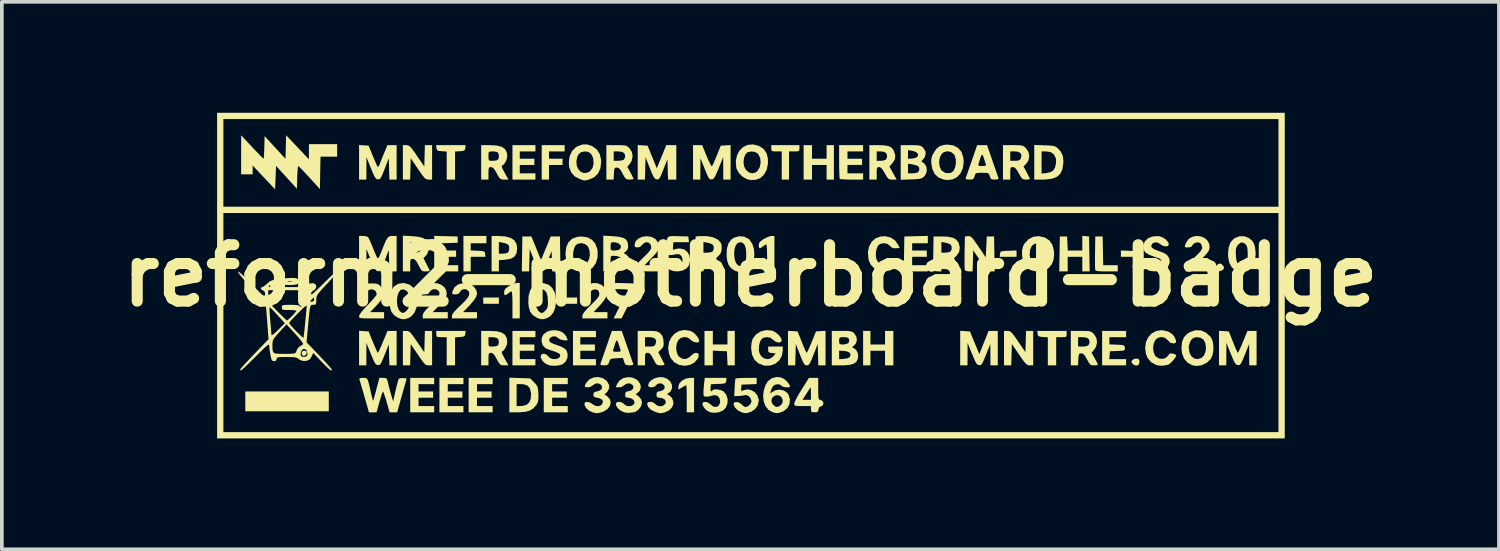
<source format=kicad_pcb>
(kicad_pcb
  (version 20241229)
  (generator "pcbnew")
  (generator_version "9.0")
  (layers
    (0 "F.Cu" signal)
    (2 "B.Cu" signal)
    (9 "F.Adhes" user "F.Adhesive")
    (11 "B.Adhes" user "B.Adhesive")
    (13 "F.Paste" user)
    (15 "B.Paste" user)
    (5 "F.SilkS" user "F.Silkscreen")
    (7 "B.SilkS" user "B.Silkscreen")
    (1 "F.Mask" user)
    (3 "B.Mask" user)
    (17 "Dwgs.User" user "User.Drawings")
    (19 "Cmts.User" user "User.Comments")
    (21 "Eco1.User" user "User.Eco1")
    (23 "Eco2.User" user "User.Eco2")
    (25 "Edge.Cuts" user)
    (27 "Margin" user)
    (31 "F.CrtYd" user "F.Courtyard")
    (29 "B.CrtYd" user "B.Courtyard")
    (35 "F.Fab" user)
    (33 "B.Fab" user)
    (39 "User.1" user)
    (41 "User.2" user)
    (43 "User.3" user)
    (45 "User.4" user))
  (footprint "reform2-motherboard-badge"
    (layer "F.Cu")
    (at 17.243 4.403)
    (property "Reference" "reform2-motherboard-badge" (at 0 0 0) (layer "F.SilkS") (effects (font (size 1.524 1.524) (thickness 0.3))))
    (attr board_only exclude_from_pos_files exclude_from_bom)
    (fp_poly (pts (xy -11.402 3.669) (xy -13.66 3.669) (xy -13.66 3.133) (xy -11.402 3.133)) (stroke (width 0) (type solid)) (fill yes) (layer "F.SilkS"))
    (fp_poly (pts (xy -6.802 0.762) (xy -7.225 0.762) (xy -7.225 0.593) (xy -6.802 0.593)) (stroke (width 0) (type solid)) (fill yes) (layer "F.SilkS"))
    (fp_poly (pts (xy -4.685 0.762) (xy -5.108 0.762) (xy -5.108 0.593) (xy -4.685 0.593)) (stroke (width 0) (type solid)) (fill yes) (layer "F.SilkS"))
    (fp_poly (pts (xy 7.197 -0.508) (xy 6.741 -0.508) (xy 6.75 -0.586) (xy 6.757 -0.625) (xy 6.775 -0.648) (xy 6.816 -0.661) (xy 6.891 -0.668) (xy 6.978 -0.671) (xy 7.197 -0.68)) (stroke (width 0) (type solid)) (fill yes) (layer "F.SilkS"))
    (fp_poly (pts (xy 10.238 -0.671) (xy 10.348 -0.666) (xy 10.413 -0.659) (xy 10.447 -0.644) (xy 10.461 -0.616) (xy 10.465 -0.586) (xy 10.474 -0.508) (xy 10.019 -0.508) (xy 10.019 -0.68)) (stroke (width 0) (type solid)) (fill yes) (layer "F.SilkS"))
    (fp_poly (pts (xy -12.01 2.041) (xy -11.998 2.078) (xy -12 2.095) (xy -12.026 2.148) (xy -12.073 2.171) (xy -12.116 2.155) (xy -12.133 2.113) (xy -12.136 2.084) (xy -12.117 2.043) (xy -12.063 2.032)) (stroke (width 0) (type solid)) (fill yes) (layer "F.SilkS"))
    (fp_poly (pts (xy -5.024 -3.358) (xy -5.447 -3.358) (xy -5.447 -3.161) (xy -5.08 -3.161) (xy -5.08 -2.992) (xy -5.447 -2.992) (xy -5.447 -2.596) (xy -5.644 -2.596) (xy -5.644 -3.528) (xy -5.024 -3.528)) (stroke (width 0) (type solid)) (fill yes) (layer "F.SilkS"))
    (fp_poly (pts (xy -8.551 2.935) (xy -8.975 2.935) (xy -8.975 3.133) (xy -8.58 3.133) (xy -8.58 3.302) (xy -8.975 3.302) (xy -8.975 3.528) (xy -8.551 3.528) (xy -8.551 3.697) (xy -9.2 3.697) (xy -9.2 2.766) (xy -8.551 2.766)) (stroke (width 0) (type solid)) (fill yes) (layer "F.SilkS"))
    (fp_poly (pts (xy -7.761 2.935) (xy -8.184 2.935) (xy -8.184 3.133) (xy -7.789 3.133) (xy -7.789 3.302) (xy -8.184 3.302) (xy -8.184 3.528) (xy -7.761 3.528) (xy -7.761 3.697) (xy -8.41 3.697) (xy -8.41 2.766) (xy -7.761 2.766)) (stroke (width 0) (type solid)) (fill yes) (layer "F.SilkS"))
    (fp_poly (pts (xy -6.971 2.935) (xy -7.394 2.935) (xy -7.394 3.133) (xy -6.999 3.133) (xy -6.999 3.302) (xy -7.394 3.302) (xy -7.394 3.528) (xy -6.971 3.528) (xy -6.971 3.697) (xy -7.62 3.697) (xy -7.62 2.766) (xy -6.971 2.766)) (stroke (width 0) (type solid)) (fill yes) (layer "F.SilkS"))
    (fp_poly (pts (xy -5.814 -3.358) (xy -6.237 -3.358) (xy -6.237 -3.161) (xy -5.842 -3.161) (xy -5.842 -2.992) (xy -6.237 -2.992) (xy -6.237 -2.766) (xy -5.814 -2.766) (xy -5.814 -2.596) (xy -6.435 -2.596) (xy -6.435 -3.528) (xy -5.814 -3.528)) (stroke (width 0) (type solid)) (fill yes) (layer "F.SilkS"))
    (fp_poly (pts (xy -5.814 1.665) (xy -6.237 1.665) (xy -6.237 1.863) (xy -5.842 1.863) (xy -5.842 2.032) (xy -6.237 2.032) (xy -6.237 2.258) (xy -5.814 2.258) (xy -5.814 2.427) (xy -6.435 2.427) (xy -6.435 1.496) (xy -5.814 1.496)) (stroke (width 0) (type solid)) (fill yes) (layer "F.SilkS"))
    (fp_poly (pts (xy -4.939 2.935) (xy -5.362 2.935) (xy -5.362 3.133) (xy -4.967 3.133) (xy -4.967 3.302) (xy -5.362 3.302) (xy -5.362 3.528) (xy -4.939 3.528) (xy -4.939 3.697) (xy -5.588 3.697) (xy -5.588 2.766) (xy -4.939 2.766)) (stroke (width 0) (type solid)) (fill yes) (layer "F.SilkS"))
    (fp_poly (pts (xy -4.177 1.665) (xy -4.6 1.665) (xy -4.6 1.863) (xy -4.205 1.863) (xy -4.205 2.032) (xy -4.6 2.032) (xy -4.6 2.258) (xy -4.177 2.258) (xy -4.177 2.427) (xy -4.798 2.427) (xy -4.798 1.496) (xy -4.177 1.496)) (stroke (width 0) (type solid)) (fill yes) (layer "F.SilkS"))
    (fp_poly (pts (xy -1.016 1.863) (xy -0.621 1.863) (xy -0.621 1.496) (xy -0.423 1.496) (xy -0.423 2.427) (xy -0.618 2.427) (xy -0.635 2.046) (xy -1.016 2.029) (xy -1.016 2.427) (xy -1.242 2.427) (xy -1.242 1.496) (xy -1.016 1.496)) (stroke (width 0) (type solid)) (fill yes) (layer "F.SilkS"))
    (fp_poly (pts (xy 1.665 -3.161) (xy 2.06 -3.161) (xy 2.06 -3.528) (xy 2.258 -3.528) (xy 2.258 -2.596) (xy 2.06 -2.596) (xy 2.06 -2.992) (xy 1.665 -2.992) (xy 1.665 -2.596) (xy 1.439 -2.596) (xy 1.439 -3.528) (xy 1.665 -3.528)) (stroke (width 0) (type solid)) (fill yes) (layer "F.SilkS"))
    (fp_poly (pts (xy 3.246 1.863) (xy 3.641 1.863) (xy 3.641 1.496) (xy 3.866 1.496) (xy 3.866 2.427) (xy 3.641 2.427) (xy 3.641 2.032) (xy 3.246 2.032) (xy 3.246 2.427) (xy 3.048 2.427) (xy 3.048 1.496) (xy 3.246 1.496)) (stroke (width 0) (type solid)) (fill yes) (layer "F.SilkS"))
    (fp_poly (pts (xy 4.798 -0.875) (xy 4.374 -0.875) (xy 4.374 -0.677) (xy 4.77 -0.677) (xy 4.77 -0.508) (xy 4.374 -0.508) (xy 4.374 -0.282) (xy 4.798 -0.282) (xy 4.798 -0.113) (xy 4.147 -0.113) (xy 4.163 -1.058) (xy 4.798 -1.074)) (stroke (width 0) (type solid)) (fill yes) (layer "F.SilkS"))
    (fp_poly (pts (xy 9.158 -1.058) (xy 9.174 -0.113) (xy 8.975 -0.113) (xy 8.975 -0.508) (xy 8.58 -0.508) (xy 8.58 -0.113) (xy 8.352 -0.113) (xy 8.368 -1.058) (xy 8.565 -1.058) (xy 8.582 -0.677) (xy 8.975 -0.677) (xy 8.975 -1.076)) (stroke (width 0) (type solid)) (fill yes) (layer "F.SilkS"))
    (fp_poly (pts (xy 10.492 2.253) (xy 10.517 2.293) (xy 10.522 2.319) (xy 10.51 2.394) (xy 10.465 2.433) (xy 10.399 2.428) (xy 10.353 2.4) (xy 10.309 2.354) (xy 10.309 2.313) (xy 10.318 2.295) (xy 10.372 2.254) (xy 10.431 2.244)) (stroke (width 0) (type solid)) (fill yes) (layer "F.SilkS"))
    (fp_poly (pts (xy -7.916 -1.058) (xy -7.916 -0.889) (xy -8.135 -0.881) (xy -8.354 -0.873) (xy -8.354 -0.677) (xy -7.959 -0.677) (xy -7.959 -0.508) (xy -8.354 -0.508) (xy -8.354 -0.282) (xy -7.902 -0.282) (xy -7.902 -0.113) (xy -8.551 -0.113) (xy -8.551 -1.074)) (stroke (width 0) (type solid)) (fill yes) (layer "F.SilkS"))
    (fp_poly (pts (xy 12.745 -0.305) (xy 12.767 -0.285) (xy 12.806 -0.233) (xy 12.802 -0.188) (xy 12.796 -0.176) (xy 12.748 -0.138) (xy 12.681 -0.117) (xy 12.622 -0.121) (xy 12.607 -0.13) (xy 12.586 -0.186) (xy 12.599 -0.254) (xy 12.639 -0.307) (xy 12.647 -0.312) (xy 12.698 -0.328)) (stroke (width 0) (type solid)) (fill yes) (layer "F.SilkS"))
    (fp_poly (pts (xy -7.14 -0.875) (xy -7.564 -0.875) (xy -7.564 -0.68) (xy -7.373 -0.672) (xy -7.272 -0.666) (xy -7.214 -0.656) (xy -7.186 -0.637) (xy -7.176 -0.602) (xy -7.174 -0.586) (xy -7.165 -0.508) (xy -7.564 -0.508) (xy -7.564 -0.113) (xy -7.761 -0.113) (xy -7.761 -1.072) (xy -7.14 -1.072)) (stroke (width 0) (type solid)) (fill yes) (layer "F.SilkS"))
    (fp_poly (pts (xy -7.71 -3.45) (xy -7.721 -3.403) (xy -7.749 -3.378) (xy -7.812 -3.367) (xy -7.853 -3.364) (xy -7.987 -3.355) (xy -7.987 -2.596) (xy -8.213 -2.596) (xy -8.213 -3.355) (xy -8.347 -3.364) (xy -8.428 -3.372) (xy -8.47 -3.39) (xy -8.486 -3.426) (xy -8.49 -3.45) (xy -8.499 -3.528) (xy -7.701 -3.528)) (stroke (width 0) (type solid)) (fill yes) (layer "F.SilkS"))
    (fp_poly (pts (xy -7.71 1.573) (xy -7.721 1.621) (xy -7.749 1.645) (xy -7.812 1.657) (xy -7.853 1.66) (xy -7.987 1.668) (xy -7.987 2.427) (xy -8.213 2.427) (xy -8.213 1.665) (xy -8.354 1.665) (xy -8.437 1.663) (xy -8.479 1.652) (xy -8.493 1.622) (xy -8.495 1.58) (xy -8.495 1.496) (xy -7.701 1.496)) (stroke (width 0) (type solid)) (fill yes) (layer "F.SilkS"))
    (fp_poly (pts (xy 1.326 -3.443) (xy 1.323 -3.393) (xy 1.304 -3.368) (xy 1.255 -3.359) (xy 1.185 -3.358) (xy 1.044 -3.358) (xy 1.044 -2.596) (xy 0.847 -2.596) (xy 0.847 -3.358) (xy 0.706 -3.358) (xy 0.622 -3.36) (xy 0.58 -3.372) (xy 0.566 -3.401) (xy 0.564 -3.443) (xy 0.564 -3.528) (xy 1.326 -3.528)) (stroke (width 0) (type solid)) (fill yes) (layer "F.SilkS"))
    (fp_poly (pts (xy 8.551 1.58) (xy 8.548 1.631) (xy 8.529 1.656) (xy 8.48 1.664) (xy 8.41 1.665) (xy 8.269 1.665) (xy 8.269 2.427) (xy 8.043 2.427) (xy 8.043 1.668) (xy 7.909 1.66) (xy 7.828 1.651) (xy 7.786 1.634) (xy 7.77 1.597) (xy 7.766 1.573) (xy 7.757 1.496) (xy 8.551 1.496)) (stroke (width 0) (type solid)) (fill yes) (layer "F.SilkS"))
    (fp_poly (pts (xy 9.533 -0.67) (xy 9.541 -0.282) (xy 9.934 -0.282) (xy 9.934 -0.113) (xy 9.637 -0.113) (xy 9.491 -0.115) (xy 9.395 -0.122) (xy 9.342 -0.135) (xy 9.326 -0.149) (xy 9.321 -0.189) (xy 9.319 -0.275) (xy 9.318 -0.395) (xy 9.318 -0.54) (xy 9.32 -0.622) (xy 9.327 -1.058) (xy 9.525 -1.058)) (stroke (width 0) (type solid)) (fill yes) (layer "F.SilkS"))
    (fp_poly (pts (xy 14.45 4.403) (xy -14.422 4.403) (xy -14.422 4.233) (xy -14.252 4.233) (xy 14.28 4.233) (xy 14.28 -1.693) (xy -14.252 -1.693) (xy -14.252 4.233) (xy -14.422 4.233) (xy -14.422 -1.863) (xy -14.252 -1.863) (xy 14.28 -1.863) (xy 14.28 -4.233) (xy -14.252 -4.233) (xy -14.252 -1.863) (xy -14.422 -1.863) (xy -14.422 -4.403) (xy 14.45 -4.403)) (stroke (width 0) (type solid)) (fill yes) (layer "F.SilkS"))
    (fp_poly (pts (xy -1.524 3.697) (xy -1.722 3.697) (xy -1.722 3.33) (xy -1.722 3.194) (xy -1.725 3.08) (xy -1.729 3) (xy -1.733 2.964) (xy -1.734 2.963) (xy -1.764 2.976) (xy -1.823 3.009) (xy -1.847 3.023) (xy -1.947 3.082) (xy -1.947 2.995) (xy -1.921 2.914) (xy -1.853 2.843) (xy -1.757 2.79) (xy -1.646 2.766) (xy -1.63 2.766) (xy -1.524 2.766)) (stroke (width 0) (type solid)) (fill yes) (layer "F.SilkS"))
    (fp_poly (pts (xy 3.048 -3.358) (xy 2.625 -3.358) (xy 2.625 -3.161) (xy 3.02 -3.161) (xy 3.02 -2.992) (xy 2.625 -2.992) (xy 2.625 -2.766) (xy 3.048 -2.766) (xy 3.048 -2.596) (xy 2.742 -2.596) (xy 2.616 -2.598) (xy 2.512 -2.603) (xy 2.441 -2.609) (xy 2.418 -2.615) (xy 2.411 -2.649) (xy 2.406 -2.728) (xy 2.402 -2.844) (xy 2.399 -2.987) (xy 2.399 -3.081) (xy 2.399 -3.528) (xy 3.048 -3.528)) (stroke (width 0) (type solid)) (fill yes) (layer "F.SilkS"))
    (fp_poly (pts (xy 10.16 1.665) (xy 9.708 1.665) (xy 9.708 1.86) (xy 9.913 1.868) (xy 10.019 1.874) (xy 10.08 1.882) (xy 10.111 1.899) (xy 10.123 1.93) (xy 10.126 1.953) (xy 10.129 1.992) (xy 10.117 2.016) (xy 10.08 2.028) (xy 10.006 2.034) (xy 9.929 2.038) (xy 9.723 2.046) (xy 9.714 2.152) (xy 9.705 2.258) (xy 10.16 2.258) (xy 10.16 2.427) (xy 9.511 2.427) (xy 9.511 1.496) (xy 10.16 1.496)) (stroke (width 0) (type solid)) (fill yes) (layer "F.SilkS"))
    (fp_poly (pts (xy -9.265 -3.524) (xy -9.229 -3.509) (xy -9.189 -3.474) (xy -9.138 -3.412) (xy -9.069 -3.315) (xy -9.017 -3.239) (xy -8.819 -2.949) (xy -8.811 -3.239) (xy -8.803 -3.528) (xy -8.608 -3.528) (xy -8.608 -2.596) (xy -8.701 -2.596) (xy -8.743 -2.6) (xy -8.779 -2.614) (xy -8.818 -2.648) (xy -8.868 -2.709) (xy -8.936 -2.805) (xy -8.991 -2.886) (xy -9.186 -3.175) (xy -9.202 -2.596) (xy -9.398 -2.596) (xy -9.398 -3.528) (xy -9.306 -3.528)) (stroke (width 0) (type solid)) (fill yes) (layer "F.SilkS"))
    (fp_poly (pts (xy -6.237 1.157) (xy -6.435 1.157) (xy -6.435 0.79) (xy -6.436 0.654) (xy -6.44 0.54) (xy -6.447 0.461) (xy -6.454 0.425) (xy -6.456 0.424) (xy -6.491 0.44) (xy -6.546 0.479) (xy -6.548 0.48) (xy -6.613 0.525) (xy -6.647 0.527) (xy -6.659 0.485) (xy -6.66 0.451) (xy -6.652 0.394) (xy -6.619 0.347) (xy -6.548 0.295) (xy -6.528 0.282) (xy -6.438 0.234) (xy -6.354 0.203) (xy -6.316 0.198) (xy -6.237 0.198)) (stroke (width 0) (type solid)) (fill yes) (layer "F.SilkS"))
    (fp_poly (pts (xy 0.649 -0.113) (xy 0.452 -0.113) (xy 0.452 -0.48) (xy 0.45 -0.616) (xy 0.446 -0.73) (xy 0.44 -0.809) (xy 0.432 -0.845) (xy 0.43 -0.846) (xy 0.395 -0.83) (xy 0.34 -0.791) (xy 0.339 -0.79) (xy 0.274 -0.745) (xy 0.239 -0.743) (xy 0.227 -0.785) (xy 0.226 -0.819) (xy 0.234 -0.876) (xy 0.268 -0.923) (xy 0.338 -0.975) (xy 0.358 -0.988) (xy 0.448 -1.036) (xy 0.532 -1.067) (xy 0.57 -1.072) (xy 0.649 -1.072)) (stroke (width 0) (type solid)) (fill yes) (layer "F.SilkS"))
    (fp_poly (pts (xy -9.265 1.499) (xy -9.229 1.514) (xy -9.189 1.549) (xy -9.138 1.612) (xy -9.069 1.709) (xy -9.017 1.785) (xy -8.819 2.074) (xy -8.811 1.785) (xy -8.803 1.496) (xy -8.608 1.496) (xy -8.608 2.427) (xy -8.701 2.427) (xy -8.743 2.424) (xy -8.779 2.409) (xy -8.819 2.375) (xy -8.869 2.313) (xy -8.938 2.217) (xy -8.99 2.14) (xy -9.186 1.853) (xy -9.194 2.14) (xy -9.202 2.427) (xy -9.398 2.427) (xy -9.398 1.496) (xy -9.306 1.496)) (stroke (width 0) (type solid)) (fill yes) (layer "F.SilkS"))
    (fp_poly (pts (xy 6.993 1.499) (xy 7.03 1.514) (xy 7.069 1.548) (xy 7.119 1.61) (xy 7.188 1.706) (xy 7.241 1.783) (xy 7.437 2.07) (xy 7.445 1.783) (xy 7.453 1.496) (xy 7.648 1.496) (xy 7.648 2.427) (xy 7.556 2.427) (xy 7.516 2.423) (xy 7.479 2.407) (xy 7.439 2.371) (xy 7.387 2.308) (xy 7.317 2.21) (xy 7.267 2.137) (xy 7.07 1.849) (xy 7.062 2.138) (xy 7.054 2.427) (xy 6.858 2.427) (xy 6.858 1.496) (xy 6.951 1.496)) (stroke (width 0) (type solid)) (fill yes) (layer "F.SilkS"))
    (fp_poly (pts (xy -5.663 -0.422) (xy -5.4 -1.058) (xy -5.151 -1.058) (xy -5.143 -0.586) (xy -5.135 -0.113) (xy -5.36 -0.113) (xy -5.368 -0.387) (xy -5.376 -0.662) (xy -5.485 -0.386) (xy -5.535 -0.262) (xy -5.571 -0.183) (xy -5.6 -0.138) (xy -5.628 -0.12) (xy -5.66 -0.118) (xy -5.665 -0.118) (xy -5.699 -0.128) (xy -5.729 -0.155) (xy -5.762 -0.208) (xy -5.802 -0.297) (xy -5.853 -0.423) (xy -5.969 -0.718) (xy -5.977 -0.416) (xy -5.985 -0.113) (xy -6.182 -0.113) (xy -6.167 -1.058) (xy -5.922 -1.058)) (stroke (width 0) (type solid)) (fill yes) (layer "F.SilkS"))
    (fp_poly (pts (xy -3.422 0.204) (xy -3.281 0.208) (xy -3.187 0.212) (xy -3.129 0.22) (xy -3.099 0.234) (xy -3.086 0.255) (xy -3.081 0.28) (xy -3.09 0.335) (xy -3.127 0.435) (xy -3.19 0.574) (xy -3.276 0.747) (xy -3.278 0.752) (xy -3.485 1.157) (xy -3.699 1.157) (xy -3.508 0.784) (xy -3.44 0.651) (xy -3.381 0.536) (xy -3.337 0.448) (xy -3.311 0.397) (xy -3.307 0.389) (xy -3.328 0.379) (xy -3.393 0.371) (xy -3.49 0.367) (xy -3.525 0.367) (xy -3.754 0.367) (xy -3.754 0.196)) (stroke (width 0) (type solid)) (fill yes) (layer "F.SilkS"))
    (fp_poly (pts (xy 5.936 1.51) (xy 6.063 1.816) (xy 6.19 2.122) (xy 6.441 1.496) (xy 6.689 1.496) (xy 6.689 2.427) (xy 6.491 2.427) (xy 6.49 2.138) (xy 6.488 1.849) (xy 6.371 2.139) (xy 6.32 2.266) (xy 6.282 2.349) (xy 6.252 2.397) (xy 6.225 2.419) (xy 6.195 2.422) (xy 6.184 2.421) (xy 6.15 2.411) (xy 6.119 2.384) (xy 6.086 2.331) (xy 6.045 2.242) (xy 5.993 2.117) (xy 5.873 1.82) (xy 5.872 2.124) (xy 5.87 2.427) (xy 5.673 2.427) (xy 5.673 1.493)) (stroke (width 0) (type solid)) (fill yes) (layer "F.SilkS"))
    (fp_poly (pts (xy -2.914 -3.522) (xy -2.78 -3.514) (xy -2.531 -2.902) (xy -2.403 -3.215) (xy -2.275 -3.528) (xy -2.004 -3.528) (xy -2.004 -2.596) (xy -2.228 -2.596) (xy -2.236 -2.871) (xy -2.244 -3.145) (xy -2.353 -2.869) (xy -2.402 -2.746) (xy -2.439 -2.666) (xy -2.468 -2.622) (xy -2.495 -2.603) (xy -2.527 -2.601) (xy -2.533 -2.602) (xy -2.566 -2.612) (xy -2.597 -2.639) (xy -2.629 -2.692) (xy -2.669 -2.78) (xy -2.72 -2.906) (xy -2.836 -3.202) (xy -2.844 -2.899) (xy -2.852 -2.596) (xy -3.048 -2.596) (xy -3.048 -3.531)) (stroke (width 0) (type solid)) (fill yes) (layer "F.SilkS"))
    (fp_poly (pts (xy 5.957 -1.055) (xy 5.995 -1.023) (xy 6.043 -0.964) (xy 6.11 -0.869) (xy 6.168 -0.785) (xy 6.364 -0.494) (xy 6.392 -1.058) (xy 6.59 -1.058) (xy 6.605 -0.113) (xy 6.51 -0.113) (xy 6.468 -0.116) (xy 6.431 -0.13) (xy 6.392 -0.163) (xy 6.342 -0.224) (xy 6.275 -0.318) (xy 6.22 -0.398) (xy 6.025 -0.683) (xy 6.009 -0.113) (xy 5.911 -0.113) (xy 5.841 -0.122) (xy 5.8 -0.146) (xy 5.798 -0.149) (xy 5.794 -0.189) (xy 5.791 -0.275) (xy 5.79 -0.395) (xy 5.791 -0.54) (xy 5.792 -0.622) (xy 5.8 -1.058) (xy 5.885 -1.067) (xy 5.923 -1.067)) (stroke (width 0) (type solid)) (fill yes) (layer "F.SilkS"))
    (fp_poly (pts (xy -6.823 -1.072) (xy -6.629 -1.06) (xy -6.483 -1.02) (xy -6.383 -0.953) (xy -6.325 -0.856) (xy -6.308 -0.732) (xy -6.325 -0.604) (xy -6.38 -0.514) (xy -6.477 -0.457) (xy -6.619 -0.43) (xy -6.631 -0.429) (xy -6.802 -0.417) (xy -6.802 -0.113) (xy -6.999 -0.113) (xy -6.999 -0.909) (xy -6.802 -0.909) (xy -6.802 -0.593) (xy -6.694 -0.593) (xy -6.615 -0.601) (xy -6.559 -0.622) (xy -6.553 -0.627) (xy -6.526 -0.685) (xy -6.522 -0.762) (xy -6.542 -0.826) (xy -6.555 -0.841) (xy -6.605 -0.865) (xy -6.682 -0.887) (xy -6.696 -0.89) (xy -6.802 -0.909) (xy -6.999 -0.909) (xy -6.999 -1.072)) (stroke (width 0) (type solid)) (fill yes) (layer "F.SilkS"))
    (fp_poly (pts (xy -10.324 -3.514) (xy -10.207 -3.225) (xy -10.158 -3.109) (xy -10.116 -3.015) (xy -10.085 -2.954) (xy -10.071 -2.935) (xy -10.05 -2.959) (xy -10.025 -3.013) (xy -10.002 -3.075) (xy -9.964 -3.171) (xy -9.918 -3.283) (xy -9.907 -3.309) (xy -9.816 -3.528) (xy -9.567 -3.528) (xy -9.567 -2.596) (xy -9.763 -2.596) (xy -9.779 -3.175) (xy -9.892 -2.885) (xy -9.942 -2.757) (xy -9.979 -2.674) (xy -10.008 -2.627) (xy -10.035 -2.605) (xy -10.065 -2.602) (xy -10.075 -2.602) (xy -10.109 -2.612) (xy -10.139 -2.639) (xy -10.172 -2.693) (xy -10.213 -2.782) (xy -10.264 -2.907) (xy -10.383 -3.203) (xy -10.386 -2.596) (xy -10.583 -2.596) (xy -10.583 -3.531)) (stroke (width 0) (type solid)) (fill yes) (layer "F.SilkS"))
    (fp_poly (pts (xy -10.324 1.51) (xy -10.207 1.799) (xy -10.158 1.915) (xy -10.117 2.009) (xy -10.087 2.07) (xy -10.074 2.088) (xy -10.058 2.064) (xy -10.026 1.997) (xy -9.982 1.9) (xy -9.937 1.792) (xy -9.815 1.496) (xy -9.567 1.496) (xy -9.567 2.427) (xy -9.763 2.427) (xy -9.771 2.143) (xy -9.779 1.859) (xy -9.892 2.144) (xy -9.943 2.27) (xy -9.98 2.351) (xy -10.009 2.398) (xy -10.036 2.418) (xy -10.067 2.422) (xy -10.075 2.421) (xy -10.109 2.411) (xy -10.139 2.384) (xy -10.172 2.331) (xy -10.213 2.242) (xy -10.265 2.117) (xy -10.385 1.82) (xy -10.385 2.124) (xy -10.386 2.427) (xy -10.583 2.427) (xy -10.583 1.493)) (stroke (width 0) (type solid)) (fill yes) (layer "F.SilkS"))
    (fp_poly (pts (xy -0.536 -2.596) (xy -0.734 -2.596) (xy -0.736 -3.203) (xy -0.856 -2.907) (xy -0.911 -2.776) (xy -0.952 -2.689) (xy -0.984 -2.637) (xy -1.015 -2.611) (xy -1.047 -2.602) (xy -1.08 -2.602) (xy -1.108 -2.617) (xy -1.136 -2.656) (xy -1.17 -2.728) (xy -1.217 -2.841) (xy -1.235 -2.884) (xy -1.351 -3.175) (xy -1.353 -2.886) (xy -1.355 -2.596) (xy -1.552 -2.596) (xy -1.552 -3.528) (xy -1.305 -3.528) (xy -1.184 -3.231) (xy -1.134 -3.116) (xy -1.09 -3.025) (xy -1.057 -2.97) (xy -1.04 -2.957) (xy -1.02 -2.991) (xy -0.985 -3.066) (xy -0.941 -3.168) (xy -0.909 -3.247) (xy -0.801 -3.514) (xy -0.668 -3.522) (xy -0.536 -3.531)) (stroke (width 0) (type solid)) (fill yes) (layer "F.SilkS"))
    (fp_poly (pts (xy 12.938 1.51) (xy 13.052 1.799) (xy 13.099 1.915) (xy 13.14 2.009) (xy 13.169 2.07) (xy 13.182 2.088) (xy 13.198 2.064) (xy 13.231 1.997) (xy 13.275 1.899) (xy 13.32 1.792) (xy 13.441 1.496) (xy 13.688 1.496) (xy 13.688 2.427) (xy 13.49 2.427) (xy 13.489 2.138) (xy 13.487 1.849) (xy 13.371 2.139) (xy 13.319 2.266) (xy 13.281 2.349) (xy 13.251 2.397) (xy 13.224 2.419) (xy 13.194 2.422) (xy 13.183 2.421) (xy 13.149 2.411) (xy 13.119 2.384) (xy 13.085 2.331) (xy 13.044 2.242) (xy 12.992 2.117) (xy 12.872 1.82) (xy 12.871 2.124) (xy 12.869 2.427) (xy 12.672 2.427) (xy 12.672 1.493)) (stroke (width 0) (type solid)) (fill yes) (layer "F.SilkS"))
    (fp_poly (pts (xy 7.956 -3.523) (xy 8.088 -3.518) (xy 8.177 -3.509) (xy 8.236 -3.494) (xy 8.279 -3.471) (xy 8.312 -3.443) (xy 8.4 -3.342) (xy 8.449 -3.234) (xy 8.464 -3.101) (xy 8.461 -3.03) (xy 8.436 -2.871) (xy 8.378 -2.752) (xy 8.285 -2.669) (xy 8.151 -2.619) (xy 7.973 -2.598) (xy 7.909 -2.596) (xy 7.676 -2.596) (xy 7.676 -2.758) (xy 7.874 -2.758) (xy 8.004 -2.773) (xy 8.101 -2.795) (xy 8.176 -2.831) (xy 8.189 -2.842) (xy 8.236 -2.921) (xy 8.263 -3.028) (xy 8.264 -3.14) (xy 8.258 -3.174) (xy 8.208 -3.278) (xy 8.121 -3.339) (xy 8.001 -3.358) (xy 7.874 -3.358) (xy 7.874 -2.758) (xy 7.676 -2.758) (xy 7.676 -3.533)) (stroke (width 0) (type solid)) (fill yes) (layer "F.SilkS"))
    (fp_poly (pts (xy -6.238 2.77) (xy -5.956 2.78) (xy -5.85 2.886) (xy -5.795 2.945) (xy -5.762 2.997) (xy -5.745 3.061) (xy -5.736 3.156) (xy -5.734 3.196) (xy -5.731 3.31) (xy -5.739 3.387) (xy -5.76 3.448) (xy -5.791 3.5) (xy -5.87 3.591) (xy -5.967 3.651) (xy -6.095 3.685) (xy -6.264 3.697) (xy -6.287 3.697) (xy -6.519 3.697) (xy -6.519 3.528) (xy -6.322 3.528) (xy -6.224 3.528) (xy -6.134 3.518) (xy -6.057 3.496) (xy -5.982 3.432) (xy -5.94 3.328) (xy -5.932 3.192) (xy -5.934 3.169) (xy -5.965 3.049) (xy -6.027 2.975) (xy -6.128 2.94) (xy -6.198 2.935) (xy -6.322 2.935) (xy -6.322 3.528) (xy -6.519 3.528) (xy -6.519 2.76)) (stroke (width 0) (type solid)) (fill yes) (layer "F.SilkS"))
    (fp_poly (pts (xy 2.032 2.427) (xy 1.836 2.427) (xy 1.828 2.138) (xy 1.82 1.849) (xy 1.707 2.138) (xy 1.656 2.266) (xy 1.619 2.349) (xy 1.589 2.398) (xy 1.56 2.421) (xy 1.528 2.427) (xy 1.524 2.427) (xy 1.491 2.422) (xy 1.462 2.401) (xy 1.433 2.356) (xy 1.396 2.276) (xy 1.346 2.153) (xy 1.341 2.138) (xy 1.228 1.849) (xy 1.22 2.138) (xy 1.212 2.427) (xy 1.016 2.427) (xy 1.016 1.493) (xy 1.147 1.501) (xy 1.277 1.51) (xy 1.391 1.799) (xy 1.438 1.916) (xy 1.479 2.01) (xy 1.509 2.071) (xy 1.522 2.088) (xy 1.538 2.064) (xy 1.571 1.997) (xy 1.614 1.9) (xy 1.656 1.799) (xy 1.773 1.51) (xy 1.902 1.501) (xy 2.032 1.493)) (stroke (width 0) (type solid)) (fill yes) (layer "F.SilkS"))
    (fp_poly (pts (xy -7.68 0.206) (xy -7.575 0.23) (xy -7.496 0.284) (xy -7.473 0.308) (xy -7.414 0.392) (xy -7.392 0.473) (xy -7.411 0.562) (xy -7.473 0.664) (xy -7.578 0.787) (xy -7.615 0.826) (xy -7.773 0.988) (xy -7.394 0.988) (xy -7.394 1.157) (xy -8.072 1.157) (xy -8.072 1.089) (xy -8.055 1.038) (xy -8.003 0.969) (xy -7.912 0.874) (xy -7.862 0.828) (xy -7.738 0.708) (xy -7.657 0.614) (xy -7.612 0.54) (xy -7.602 0.477) (xy -7.618 0.427) (xy -7.672 0.376) (xy -7.744 0.365) (xy -7.813 0.391) (xy -7.851 0.437) (xy -7.889 0.489) (xy -7.951 0.507) (xy -7.98 0.508) (xy -8.045 0.504) (xy -8.066 0.484) (xy -8.059 0.435) (xy -8.058 0.431) (xy -8.004 0.317) (xy -7.91 0.241) (xy -7.783 0.205)) (stroke (width 0) (type solid)) (fill yes) (layer "F.SilkS"))
    (fp_poly (pts (xy -2.693 -1.051) (xy -2.679 -1.047) (xy -2.569 -0.992) (xy -2.505 -0.905) (xy -2.484 -0.783) (xy -2.484 -0.781) (xy -2.488 -0.725) (xy -2.506 -0.673) (xy -2.546 -0.615) (xy -2.614 -0.537) (xy -2.672 -0.477) (xy -2.86 -0.282) (xy -2.455 -0.282) (xy -2.455 -0.113) (xy -3.133 -0.113) (xy -3.133 -0.188) (xy -3.121 -0.234) (xy -3.084 -0.293) (xy -3.014 -0.371) (xy -2.907 -0.477) (xy -2.797 -0.585) (xy -2.727 -0.665) (xy -2.69 -0.725) (xy -2.681 -0.763) (xy -2.702 -0.846) (xy -2.756 -0.894) (xy -2.825 -0.903) (xy -2.894 -0.867) (xy -2.924 -0.833) (xy -2.989 -0.774) (xy -3.051 -0.762) (xy -3.11 -0.77) (xy -3.131 -0.805) (xy -3.133 -0.834) (xy -3.107 -0.924) (xy -3.038 -0.996) (xy -2.938 -1.045) (xy -2.819 -1.065)) (stroke (width 0) (type solid)) (fill yes) (layer "F.SilkS"))
    (fp_poly (pts (xy -8.471 0.207) (xy -8.366 0.244) (xy -8.281 0.308) (xy -8.226 0.399) (xy -8.213 0.483) (xy -8.223 0.549) (xy -8.258 0.62) (xy -8.324 0.707) (xy -8.428 0.82) (xy -8.434 0.826) (xy -8.592 0.988) (xy -8.184 0.988) (xy -8.184 1.157) (xy -8.862 1.157) (xy -8.862 1.079) (xy -8.853 1.034) (xy -8.82 0.98) (xy -8.757 0.908) (xy -8.658 0.81) (xy -8.636 0.79) (xy -8.518 0.671) (xy -8.443 0.579) (xy -8.409 0.506) (xy -8.412 0.446) (xy -8.444 0.401) (xy -8.512 0.367) (xy -8.59 0.372) (xy -8.653 0.412) (xy -8.669 0.437) (xy -8.708 0.489) (xy -8.773 0.507) (xy -8.796 0.508) (xy -8.859 0.506) (xy -8.884 0.491) (xy -8.877 0.449) (xy -8.85 0.382) (xy -8.785 0.287) (xy -8.692 0.227) (xy -8.584 0.201)) (stroke (width 0) (type solid)) (fill yes) (layer "F.SilkS"))
    (fp_poly (pts (xy -4.127 0.208) (xy -4.017 0.255) (xy -3.931 0.338) (xy -3.904 0.388) (xy -3.878 0.462) (xy -3.88 0.519) (xy -3.907 0.586) (xy -3.95 0.656) (xy -4.018 0.745) (xy -4.097 0.835) (xy -4.242 0.988) (xy -3.866 0.988) (xy -3.866 1.157) (xy -4.544 1.157) (xy -4.544 1.087) (xy -4.529 1.039) (xy -4.481 0.971) (xy -4.397 0.878) (xy -4.314 0.797) (xy -4.208 0.691) (xy -4.139 0.614) (xy -4.1 0.556) (xy -4.086 0.508) (xy -4.085 0.496) (xy -4.098 0.429) (xy -4.124 0.392) (xy -4.198 0.371) (xy -4.275 0.389) (xy -4.328 0.438) (xy -4.332 0.445) (xy -4.371 0.493) (xy -4.443 0.508) (xy -4.452 0.508) (xy -4.522 0.493) (xy -4.545 0.449) (xy -4.52 0.38) (xy -4.465 0.308) (xy -4.365 0.233) (xy -4.248 0.2)) (stroke (width 0) (type solid)) (fill yes) (layer "F.SilkS"))
    (fp_poly (pts (xy 12.161 -1.065) (xy 12.265 -1.027) (xy 12.35 -0.961) (xy 12.405 -0.867) (xy 12.418 -0.782) (xy 12.413 -0.725) (xy 12.396 -0.674) (xy 12.357 -0.616) (xy 12.289 -0.539) (xy 12.23 -0.477) (xy 12.042 -0.282) (xy 12.446 -0.282) (xy 12.446 -0.113) (xy 11.769 -0.113) (xy 11.769 -0.19) (xy 11.778 -0.236) (xy 11.811 -0.291) (xy 11.875 -0.363) (xy 11.974 -0.461) (xy 11.997 -0.482) (xy 12.099 -0.58) (xy 12.165 -0.65) (xy 12.201 -0.701) (xy 12.216 -0.743) (xy 12.216 -0.775) (xy 12.194 -0.844) (xy 12.161 -0.883) (xy 12.092 -0.9) (xy 12.018 -0.882) (xy 11.962 -0.839) (xy 11.952 -0.818) (xy 11.921 -0.777) (xy 11.855 -0.762) (xy 11.837 -0.762) (xy 11.773 -0.764) (xy 11.747 -0.779) (xy 11.753 -0.821) (xy 11.781 -0.888) (xy 11.846 -0.985) (xy 11.94 -1.046) (xy 12.048 -1.072)) (stroke (width 0) (type solid)) (fill yes) (layer "F.SilkS"))
    (fp_poly (pts (xy 5.494 -3.519) (xy 5.619 -3.452) (xy 5.708 -3.344) (xy 5.757 -3.197) (xy 5.768 -3.08) (xy 5.747 -2.909) (xy 5.685 -2.769) (xy 5.589 -2.664) (xy 5.464 -2.601) (xy 5.316 -2.584) (xy 5.229 -2.597) (xy 5.088 -2.651) (xy 4.986 -2.745) (xy 4.921 -2.879) (xy 4.892 -3.03) (xy 4.892 -3.071) (xy 5.104 -3.071) (xy 5.117 -2.953) (xy 5.159 -2.857) (xy 5.177 -2.835) (xy 5.273 -2.776) (xy 5.383 -2.77) (xy 5.432 -2.783) (xy 5.493 -2.834) (xy 5.535 -2.923) (xy 5.556 -3.032) (xy 5.554 -3.144) (xy 5.526 -3.245) (xy 5.501 -3.284) (xy 5.421 -3.345) (xy 5.324 -3.363) (xy 5.229 -3.337) (xy 5.167 -3.284) (xy 5.12 -3.188) (xy 5.104 -3.071) (xy 4.892 -3.071) (xy 4.89 -3.143) (xy 4.915 -3.238) (xy 4.944 -3.3) (xy 5.025 -3.424) (xy 5.119 -3.5) (xy 5.238 -3.536) (xy 5.334 -3.542)) (stroke (width 0) (type solid)) (fill yes) (layer "F.SilkS"))
    (fp_poly (pts (xy 12.18 1.482) (xy 12.317 1.54) (xy 12.438 1.65) (xy 12.458 1.676) (xy 12.5 1.77) (xy 12.52 1.895) (xy 12.518 2.031) (xy 12.494 2.157) (xy 12.451 2.251) (xy 12.346 2.354) (xy 12.214 2.42) (xy 12.071 2.444) (xy 11.955 2.427) (xy 11.825 2.359) (xy 11.73 2.249) (xy 11.672 2.104) (xy 11.656 1.955) (xy 11.657 1.944) (xy 11.853 1.944) (xy 11.872 2.078) (xy 11.923 2.179) (xy 12 2.241) (xy 12.094 2.258) (xy 12.196 2.227) (xy 12.265 2.161) (xy 12.306 2.062) (xy 12.32 1.947) (xy 12.304 1.833) (xy 12.256 1.737) (xy 12.245 1.725) (xy 12.167 1.678) (xy 12.065 1.665) (xy 11.982 1.683) (xy 11.928 1.728) (xy 11.883 1.809) (xy 11.856 1.904) (xy 11.853 1.944) (xy 11.657 1.944) (xy 11.673 1.79) (xy 11.727 1.663) (xy 11.822 1.566) (xy 11.884 1.529) (xy 12.034 1.478)) (stroke (width 0) (type solid)) (fill yes) (layer "F.SilkS"))
    (fp_poly (pts (xy -4.41 -1.036) (xy -4.283 -0.969) (xy -4.192 -0.859) (xy -4.139 -0.709) (xy -4.13 -0.645) (xy -4.134 -0.483) (xy -4.179 -0.338) (xy -4.259 -0.222) (xy -4.323 -0.17) (xy -4.443 -0.123) (xy -4.58 -0.109) (xy -4.711 -0.129) (xy -4.818 -0.181) (xy -4.825 -0.187) (xy -4.925 -0.295) (xy -4.982 -0.422) (xy -4.995 -0.529) (xy -4.795 -0.529) (xy -4.786 -0.467) (xy -4.738 -0.366) (xy -4.66 -0.304) (xy -4.567 -0.284) (xy -4.471 -0.31) (xy -4.415 -0.351) (xy -4.365 -0.437) (xy -4.343 -0.551) (xy -4.35 -0.67) (xy -4.387 -0.775) (xy -4.405 -0.801) (xy -4.48 -0.857) (xy -4.575 -0.878) (xy -4.668 -0.861) (xy -4.725 -0.821) (xy -4.765 -0.746) (xy -4.79 -0.641) (xy -4.795 -0.529) (xy -4.995 -0.529) (xy -5.001 -0.581) (xy -5.001 -0.596) (xy -4.98 -0.769) (xy -4.92 -0.903) (xy -4.82 -0.996) (xy -4.684 -1.048) (xy -4.572 -1.058)) (stroke (width 0) (type solid)) (fill yes) (layer "F.SilkS"))
    (fp_poly (pts (xy -1.639 1.492) (xy -1.594 1.508) (xy -1.519 1.557) (xy -1.449 1.632) (xy -1.399 1.713) (xy -1.383 1.771) (xy -1.405 1.802) (xy -1.458 1.809) (xy -1.525 1.794) (xy -1.588 1.761) (xy -1.614 1.736) (xy -1.692 1.677) (xy -1.788 1.661) (xy -1.882 1.687) (xy -1.945 1.739) (xy -1.992 1.835) (xy -2.008 1.953) (xy -1.995 2.07) (xy -1.953 2.167) (xy -1.935 2.189) (xy -1.841 2.249) (xy -1.743 2.255) (xy -1.648 2.207) (xy -1.614 2.173) (xy -1.539 2.11) (xy -1.471 2.087) (xy -1.419 2.101) (xy -1.396 2.146) (xy -1.41 2.219) (xy -1.427 2.252) (xy -1.517 2.353) (xy -1.639 2.417) (xy -1.78 2.439) (xy -1.926 2.415) (xy -1.933 2.413) (xy -2.065 2.34) (xy -2.158 2.226) (xy -2.203 2.111) (xy -2.224 1.946) (xy -2.2 1.796) (xy -2.137 1.666) (xy -2.043 1.564) (xy -1.925 1.497) (xy -1.788 1.47)) (stroke (width 0) (type solid)) (fill yes) (layer "F.SilkS"))
    (fp_poly (pts (xy 0.22 -3.511) (xy 0.234 -3.505) (xy 0.356 -3.426) (xy 0.435 -3.315) (xy 0.473 -3.168) (xy 0.474 -3.029) (xy 0.442 -2.864) (xy 0.37 -2.732) (xy 0.268 -2.639) (xy 0.14 -2.589) (xy -0.007 -2.587) (xy -0.099 -2.61) (xy -0.217 -2.677) (xy -0.314 -2.777) (xy -0.376 -2.894) (xy -0.384 -2.929) (xy -0.393 -3.075) (xy -0.186 -3.075) (xy -0.174 -2.969) (xy -0.171 -2.958) (xy -0.119 -2.856) (xy -0.042 -2.79) (xy 0.047 -2.766) (xy 0.136 -2.787) (xy 0.191 -2.829) (xy 0.252 -2.931) (xy 0.277 -3.052) (xy 0.265 -3.175) (xy 0.217 -3.279) (xy 0.196 -3.304) (xy 0.118 -3.346) (xy 0.018 -3.357) (xy -0.078 -3.334) (xy -0.086 -3.33) (xy -0.137 -3.274) (xy -0.172 -3.183) (xy -0.186 -3.075) (xy -0.393 -3.075) (xy -0.395 -3.102) (xy -0.362 -3.255) (xy -0.294 -3.382) (xy -0.195 -3.477) (xy -0.072 -3.535) (xy 0.068 -3.548)) (stroke (width 0) (type solid)) (fill yes) (layer "F.SilkS"))
    (fp_poly (pts (xy 3.613 -3.523) (xy 3.724 -3.505) (xy 3.801 -3.47) (xy 3.855 -3.415) (xy 3.879 -3.371) (xy 3.918 -3.25) (xy 3.907 -3.146) (xy 3.845 -3.047) (xy 3.841 -3.042) (xy 3.758 -2.95) (xy 3.857 -2.773) (xy 3.956 -2.596) (xy 3.843 -2.596) (xy 3.781 -2.599) (xy 3.738 -2.615) (xy 3.701 -2.655) (xy 3.656 -2.729) (xy 3.636 -2.766) (xy 3.578 -2.862) (xy 3.532 -2.916) (xy 3.488 -2.935) (xy 3.479 -2.935) (xy 3.443 -2.931) (xy 3.424 -2.908) (xy 3.416 -2.855) (xy 3.415 -2.766) (xy 3.415 -2.596) (xy 3.217 -2.596) (xy 3.217 -3.104) (xy 3.415 -3.104) (xy 3.522 -3.104) (xy 3.601 -3.113) (xy 3.658 -3.134) (xy 3.663 -3.138) (xy 3.692 -3.193) (xy 3.697 -3.231) (xy 3.677 -3.306) (xy 3.613 -3.347) (xy 3.522 -3.358) (xy 3.415 -3.358) (xy 3.415 -3.104) (xy 3.217 -3.104) (xy 3.217 -3.528) (xy 3.456 -3.528)) (stroke (width 0) (type solid)) (fill yes) (layer "F.SilkS"))
    (fp_poly (pts (xy 3.799 -1.028) (xy 3.914 -0.948) (xy 3.987 -0.845) (xy 4.036 -0.748) (xy 3.936 -0.739) (xy 3.855 -0.743) (xy 3.798 -0.779) (xy 3.778 -0.803) (xy 3.703 -0.858) (xy 3.608 -0.877) (xy 3.515 -0.859) (xy 3.458 -0.82) (xy 3.418 -0.743) (xy 3.395 -0.637) (xy 3.393 -0.523) (xy 3.413 -0.427) (xy 3.476 -0.338) (xy 3.563 -0.293) (xy 3.661 -0.293) (xy 3.756 -0.342) (xy 3.782 -0.367) (xy 3.85 -0.422) (xy 3.919 -0.45) (xy 3.976 -0.449) (xy 4.005 -0.417) (xy 4.007 -0.402) (xy 3.978 -0.295) (xy 3.904 -0.207) (xy 3.792 -0.145) (xy 3.651 -0.115) (xy 3.605 -0.113) (xy 3.506 -0.117) (xy 3.438 -0.135) (xy 3.375 -0.176) (xy 3.332 -0.213) (xy 3.253 -0.298) (xy 3.209 -0.39) (xy 3.191 -0.46) (xy 3.178 -0.635) (xy 3.209 -0.789) (xy 3.279 -0.915) (xy 3.383 -1.007) (xy 3.516 -1.057) (xy 3.65 -1.064)) (stroke (width 0) (type solid)) (fill yes) (layer "F.SilkS"))
    (fp_poly (pts (xy -10.396 -1.064) (xy -10.343 -1.043) (xy -10.337 -1.037) (xy -10.315 -0.997) (xy -10.278 -0.918) (xy -10.233 -0.811) (xy -10.199 -0.727) (xy -10.152 -0.614) (xy -10.112 -0.523) (xy -10.084 -0.466) (xy -10.073 -0.452) (xy -10.055 -0.476) (xy -10.025 -0.541) (xy -9.986 -0.632) (xy -9.977 -0.656) (xy -9.915 -0.813) (xy -9.867 -0.925) (xy -9.827 -0.999) (xy -9.79 -1.043) (xy -9.75 -1.065) (xy -9.702 -1.072) (xy -9.68 -1.072) (xy -9.567 -1.072) (xy -9.567 -0.113) (xy -9.763 -0.113) (xy -9.771 -0.402) (xy -9.779 -0.691) (xy -9.892 -0.401) (xy -9.942 -0.274) (xy -9.979 -0.191) (xy -10.008 -0.143) (xy -10.035 -0.122) (xy -10.065 -0.118) (xy -10.074 -0.119) (xy -10.107 -0.129) (xy -10.138 -0.158) (xy -10.172 -0.214) (xy -10.214 -0.305) (xy -10.263 -0.423) (xy -10.383 -0.72) (xy -10.384 -0.416) (xy -10.386 -0.113) (xy -10.583 -0.113) (xy -10.583 -1.072) (xy -10.474 -1.072)) (stroke (width 0) (type solid)) (fill yes) (layer "F.SilkS"))
    (fp_poly (pts (xy -10.145 0.214) (xy -10.082 0.227) (xy -10.034 0.257) (xy -9.988 0.304) (xy -9.929 0.385) (xy -9.905 0.463) (xy -9.918 0.546) (xy -9.971 0.642) (xy -10.067 0.759) (xy -10.142 0.84) (xy -10.285 0.988) (xy -9.906 0.988) (xy -9.906 1.157) (xy -10.245 1.157) (xy -10.387 1.157) (xy -10.483 1.154) (xy -10.541 1.148) (xy -10.571 1.136) (xy -10.582 1.118) (xy -10.583 1.095) (xy -10.562 1.044) (xy -10.5 0.96) (xy -10.401 0.849) (xy -10.343 0.789) (xy -10.251 0.691) (xy -10.174 0.604) (xy -10.123 0.539) (xy -10.104 0.503) (xy -10.104 0.503) (xy -10.126 0.431) (xy -10.182 0.385) (xy -10.254 0.37) (xy -10.323 0.389) (xy -10.371 0.445) (xy -10.411 0.493) (xy -10.483 0.508) (xy -10.491 0.508) (xy -10.561 0.493) (xy -10.584 0.45) (xy -10.559 0.38) (xy -10.501 0.304) (xy -10.45 0.252) (xy -10.401 0.225) (xy -10.335 0.214) (xy -10.245 0.212)) (stroke (width 0) (type solid)) (fill yes) (layer "F.SilkS"))
    (fp_poly (pts (xy -4.286 -3.504) (xy -4.276 -3.5) (xy -4.155 -3.412) (xy -4.075 -3.287) (xy -4.038 -3.131) (xy -4.036 -3.079) (xy -4.057 -2.902) (xy -4.12 -2.762) (xy -4.223 -2.66) (xy -4.36 -2.599) (xy -4.436 -2.579) (xy -4.483 -2.573) (xy -4.529 -2.581) (xy -4.599 -2.605) (xy -4.609 -2.609) (xy -4.75 -2.683) (xy -4.846 -2.79) (xy -4.899 -2.932) (xy -4.911 -3.066) (xy -4.909 -3.076) (xy -4.707 -3.076) (xy -4.693 -2.961) (xy -4.648 -2.867) (xy -4.58 -2.802) (xy -4.496 -2.772) (xy -4.403 -2.785) (xy -4.337 -2.823) (xy -4.27 -2.91) (xy -4.24 -3.027) (xy -4.251 -3.161) (xy -4.259 -3.191) (xy -4.308 -3.292) (xy -4.384 -3.346) (xy -4.473 -3.358) (xy -4.579 -3.339) (xy -4.651 -3.276) (xy -4.685 -3.203) (xy -4.707 -3.076) (xy -4.909 -3.076) (xy -4.888 -3.23) (xy -4.824 -3.367) (xy -4.723 -3.469) (xy -4.674 -3.498) (xy -4.54 -3.546) (xy -4.417 -3.548)) (stroke (width 0) (type solid)) (fill yes) (layer "F.SilkS"))
    (fp_poly (pts (xy -0.168 -1.053) (xy -0.051 -0.994) (xy -0.028 -0.974) (xy 0.048 -0.867) (xy 0.093 -0.732) (xy 0.107 -0.583) (xy 0.093 -0.434) (xy 0.049 -0.299) (xy -0.022 -0.192) (xy -0.068 -0.154) (xy -0.194 -0.102) (xy -0.327 -0.101) (xy -0.421 -0.133) (xy -0.527 -0.205) (xy -0.595 -0.298) (xy -0.632 -0.423) (xy -0.644 -0.533) (xy -0.641 -0.61) (xy -0.44 -0.61) (xy -0.434 -0.497) (xy -0.411 -0.393) (xy -0.369 -0.311) (xy -0.309 -0.262) (xy -0.274 -0.255) (xy -0.241 -0.272) (xy -0.189 -0.316) (xy -0.182 -0.323) (xy -0.145 -0.368) (xy -0.124 -0.419) (xy -0.115 -0.495) (xy -0.113 -0.591) (xy -0.125 -0.74) (xy -0.161 -0.84) (xy -0.222 -0.893) (xy -0.282 -0.903) (xy -0.349 -0.879) (xy -0.398 -0.813) (xy -0.428 -0.72) (xy -0.44 -0.61) (xy -0.641 -0.61) (xy -0.637 -0.724) (xy -0.593 -0.874) (xy -0.51 -0.981) (xy -0.437 -1.028) (xy -0.302 -1.065)) (stroke (width 0) (type solid)) (fill yes) (layer "F.SilkS"))
    (fp_poly (pts (xy -1.02 -1.039) (xy -0.896 -0.983) (xy -0.866 -0.96) (xy -0.807 -0.897) (xy -0.781 -0.832) (xy -0.776 -0.751) (xy -0.785 -0.654) (xy -0.818 -0.584) (xy -0.853 -0.545) (xy -0.93 -0.468) (xy -0.729 -0.109) (xy -0.849 -0.118) (xy -0.916 -0.126) (xy -0.961 -0.146) (xy -1 -0.19) (xy -1.047 -0.271) (xy -1.056 -0.289) (xy -1.113 -0.384) (xy -1.159 -0.435) (xy -1.203 -0.451) (xy -1.206 -0.451) (xy -1.242 -0.447) (xy -1.261 -0.424) (xy -1.269 -0.371) (xy -1.27 -0.282) (xy -1.27 -0.113) (xy -1.497 -0.113) (xy -1.489 -0.586) (xy -1.484 -0.909) (xy -1.27 -0.909) (xy -1.27 -0.621) (xy -1.163 -0.621) (xy -1.084 -0.629) (xy -1.027 -0.65) (xy -1.022 -0.655) (xy -0.992 -0.716) (xy -0.994 -0.789) (xy -1.023 -0.841) (xy -1.073 -0.865) (xy -1.15 -0.887) (xy -1.164 -0.89) (xy -1.27 -0.909) (xy -1.484 -0.909) (xy -1.482 -1.058) (xy -1.369 -1.068) (xy -1.181 -1.068)) (stroke (width 0) (type solid)) (fill yes) (layer "F.SilkS"))
    (fp_poly (pts (xy 7.806 -1.066) (xy 7.963 -1.03) (xy 8.083 -0.953) (xy 8.165 -0.835) (xy 8.207 -0.677) (xy 8.213 -0.58) (xy 8.198 -0.427) (xy 8.149 -0.306) (xy 8.059 -0.199) (xy 8.059 -0.199) (xy 7.967 -0.146) (xy 7.845 -0.118) (xy 7.713 -0.117) (xy 7.592 -0.144) (xy 7.54 -0.169) (xy 7.448 -0.257) (xy 7.383 -0.381) (xy 7.347 -0.524) (xy 7.346 -0.557) (xy 7.551 -0.557) (xy 7.574 -0.443) (xy 7.626 -0.355) (xy 7.699 -0.301) (xy 7.786 -0.288) (xy 7.881 -0.32) (xy 7.922 -0.35) (xy 7.967 -0.396) (xy 7.991 -0.446) (xy 8 -0.52) (xy 8.001 -0.587) (xy 7.989 -0.723) (xy 7.951 -0.813) (xy 7.882 -0.862) (xy 7.79 -0.875) (xy 7.681 -0.859) (xy 7.61 -0.805) (xy 7.567 -0.707) (xy 7.563 -0.691) (xy 7.551 -0.557) (xy 7.346 -0.557) (xy 7.343 -0.67) (xy 7.376 -0.802) (xy 7.413 -0.869) (xy 7.527 -0.988) (xy 7.656 -1.053) (xy 7.803 -1.066)) (stroke (width 0) (type solid)) (fill yes) (layer "F.SilkS"))
    (fp_poly (pts (xy -12.248 -3.471) (xy -11.94 -3.147) (xy -11.939 -3.351) (xy -11.938 -3.556) (xy -11.176 -3.556) (xy -11.176 -3.217) (xy -11.626 -3.217) (xy -11.634 -2.779) (xy -11.642 -2.34) (xy -11.924 -2.649) (xy -12.024 -2.758) (xy -12.112 -2.851) (xy -12.179 -2.919) (xy -12.219 -2.956) (xy -12.226 -2.961) (xy -12.235 -2.936) (xy -12.244 -2.865) (xy -12.251 -2.761) (xy -12.255 -2.655) (xy -12.263 -2.347) (xy -12.545 -2.657) (xy -12.827 -2.967) (xy -12.855 -2.334) (xy -13.158 -2.655) (xy -13.46 -2.977) (xy -13.461 -2.857) (xy -13.462 -2.738) (xy -13.772 -2.738) (xy -13.772 -3.267) (xy -13.771 -3.796) (xy -13.654 -3.669) (xy -13.542 -3.549) (xy -13.434 -3.434) (xy -13.335 -3.33) (xy -13.253 -3.245) (xy -13.194 -3.187) (xy -13.165 -3.161) (xy -13.164 -3.161) (xy -13.159 -3.187) (xy -13.154 -3.258) (xy -13.149 -3.363) (xy -13.145 -3.467) (xy -13.137 -3.772) (xy -12.855 -3.466) (xy -12.573 -3.159) (xy -12.564 -3.477) (xy -12.556 -3.796)) (stroke (width 0) (type solid)) (fill yes) (layer "F.SilkS"))
    (fp_poly (pts (xy -9.349 0.205) (xy -9.214 0.245) (xy -9.113 0.331) (xy -9.045 0.461) (xy -9.028 0.523) (xy -9.009 0.696) (xy -9.027 0.856) (xy -9.08 0.993) (xy -9.164 1.096) (xy -9.242 1.145) (xy -9.345 1.178) (xy -9.429 1.178) (xy -9.522 1.144) (xy -9.537 1.136) (xy -9.642 1.065) (xy -9.71 0.973) (xy -9.748 0.848) (xy -9.76 0.737) (xy -9.759 0.702) (xy -9.559 0.702) (xy -9.545 0.824) (xy -9.509 0.924) (xy -9.481 0.962) (xy -9.424 1.006) (xy -9.375 1.007) (xy -9.315 0.963) (xy -9.298 0.947) (xy -9.257 0.896) (xy -9.236 0.836) (xy -9.229 0.747) (xy -9.229 0.709) (xy -9.233 0.604) (xy -9.245 0.512) (xy -9.256 0.468) (xy -9.303 0.407) (xy -9.373 0.375) (xy -9.445 0.381) (xy -9.469 0.395) (xy -9.52 0.47) (xy -9.55 0.578) (xy -9.559 0.702) (xy -9.759 0.702) (xy -9.753 0.549) (xy -9.71 0.399) (xy -9.634 0.289) (xy -9.526 0.223) (xy -9.391 0.202)) (stroke (width 0) (type solid)) (fill yes) (layer "F.SilkS"))
    (fp_poly (pts (xy -5.595 0.205) (xy -5.461 0.245) (xy -5.36 0.331) (xy -5.292 0.461) (xy -5.275 0.523) (xy -5.255 0.696) (xy -5.274 0.856) (xy -5.326 0.993) (xy -5.41 1.096) (xy -5.489 1.145) (xy -5.591 1.178) (xy -5.675 1.178) (xy -5.768 1.144) (xy -5.784 1.136) (xy -5.889 1.065) (xy -5.957 0.973) (xy -5.995 0.848) (xy -6.005 0.753) (xy -5.809 0.753) (xy -5.782 0.872) (xy -5.729 0.962) (xy -5.708 0.981) (xy -5.657 1.011) (xy -5.613 1.005) (xy -5.557 0.959) (xy -5.544 0.947) (xy -5.504 0.896) (xy -5.483 0.837) (xy -5.475 0.748) (xy -5.475 0.708) (xy -5.487 0.551) (xy -5.522 0.444) (xy -5.582 0.386) (xy -5.605 0.378) (xy -5.675 0.373) (xy -5.726 0.407) (xy -5.771 0.488) (xy -5.774 0.496) (xy -5.807 0.622) (xy -5.809 0.753) (xy -6.005 0.753) (xy -6.006 0.737) (xy -5.999 0.549) (xy -5.956 0.399) (xy -5.88 0.289) (xy -5.773 0.223) (xy -5.637 0.202)) (stroke (width 0) (type solid)) (fill yes) (layer "F.SilkS"))
    (fp_poly (pts (xy 1.834 3.06) (xy 1.835 3.192) (xy 1.838 3.277) (xy 1.846 3.327) (xy 1.861 3.352) (xy 1.886 3.362) (xy 1.898 3.364) (xy 1.951 3.391) (xy 1.974 3.442) (xy 1.967 3.495) (xy 1.927 3.53) (xy 1.914 3.533) (xy 1.86 3.559) (xy 1.84 3.619) (xy 1.826 3.673) (xy 1.789 3.694) (xy 1.734 3.697) (xy 1.668 3.692) (xy 1.642 3.667) (xy 1.637 3.612) (xy 1.637 3.528) (xy 1.411 3.528) (xy 1.299 3.527) (xy 1.232 3.522) (xy 1.198 3.51) (xy 1.187 3.487) (xy 1.185 3.462) (xy 1.2 3.414) (xy 1.227 3.358) (xy 1.409 3.358) (xy 1.637 3.358) (xy 1.637 3.184) (xy 1.635 3.096) (xy 1.631 3.038) (xy 1.626 3.022) (xy 1.607 3.05) (xy 1.566 3.113) (xy 1.513 3.196) (xy 1.512 3.196) (xy 1.409 3.358) (xy 1.227 3.358) (xy 1.24 3.331) (xy 1.299 3.222) (xy 1.373 3.1) (xy 1.385 3.081) (xy 1.584 2.766) (xy 1.834 2.766)) (stroke (width 0) (type solid)) (fill yes) (layer "F.SilkS"))
    (fp_poly (pts (xy 11.154 1.479) (xy 11.308 1.516) (xy 11.42 1.593) (xy 11.474 1.668) (xy 11.51 1.757) (xy 11.507 1.81) (xy 11.462 1.833) (xy 11.432 1.834) (xy 11.354 1.815) (xy 11.289 1.75) (xy 11.289 1.75) (xy 11.211 1.682) (xy 11.116 1.66) (xy 11.021 1.682) (xy 10.952 1.739) (xy 10.906 1.835) (xy 10.89 1.953) (xy 10.903 2.07) (xy 10.945 2.167) (xy 10.963 2.189) (xy 11.05 2.242) (xy 11.148 2.252) (xy 11.238 2.222) (xy 11.306 2.154) (xy 11.321 2.124) (xy 11.353 2.106) (xy 11.412 2.108) (xy 11.473 2.124) (xy 11.511 2.15) (xy 11.515 2.161) (xy 11.495 2.209) (xy 11.447 2.275) (xy 11.386 2.342) (xy 11.326 2.393) (xy 11.294 2.41) (xy 11.152 2.438) (xy 11.033 2.432) (xy 10.964 2.413) (xy 10.832 2.339) (xy 10.74 2.226) (xy 10.695 2.111) (xy 10.674 1.947) (xy 10.697 1.796) (xy 10.759 1.665) (xy 10.854 1.562) (xy 10.976 1.497) (xy 11.119 1.476)) (stroke (width 0) (type solid)) (fill yes) (layer "F.SilkS"))
    (fp_poly (pts (xy 0.57 1.485) (xy 0.603 1.494) (xy 0.691 1.541) (xy 0.771 1.611) (xy 0.828 1.689) (xy 0.847 1.752) (xy 0.825 1.795) (xy 0.772 1.81) (xy 0.705 1.798) (xy 0.64 1.761) (xy 0.616 1.736) (xy 0.542 1.682) (xy 0.448 1.663) (xy 0.355 1.68) (xy 0.298 1.719) (xy 0.258 1.794) (xy 0.233 1.899) (xy 0.228 2.011) (xy 0.237 2.073) (xy 0.285 2.171) (xy 0.361 2.235) (xy 0.452 2.26) (xy 0.544 2.242) (xy 0.622 2.18) (xy 0.683 2.103) (xy 0.581 2.094) (xy 0.513 2.083) (xy 0.485 2.056) (xy 0.48 2.002) (xy 0.48 1.919) (xy 0.875 1.919) (xy 0.875 2.025) (xy 0.85 2.171) (xy 0.78 2.292) (xy 0.675 2.381) (xy 0.543 2.431) (xy 0.394 2.436) (xy 0.352 2.428) (xy 0.211 2.37) (xy 0.107 2.272) (xy 0.043 2.134) (xy 0.019 1.96) (xy 0.019 1.947) (xy 0.029 1.833) (xy 0.053 1.732) (xy 0.066 1.703) (xy 0.155 1.588) (xy 0.278 1.51) (xy 0.42 1.474)) (stroke (width 0) (type solid)) (fill yes) (layer "F.SilkS"))
    (fp_poly (pts (xy 7.226 -3.527) (xy 7.31 -3.522) (xy 7.365 -3.51) (xy 7.406 -3.488) (xy 7.446 -3.452) (xy 7.453 -3.445) (xy 7.519 -3.344) (xy 7.541 -3.227) (xy 7.518 -3.113) (xy 7.46 -3.027) (xy 7.386 -2.952) (xy 7.468 -2.798) (xy 7.512 -2.713) (xy 7.546 -2.648) (xy 7.559 -2.62) (xy 7.54 -2.605) (xy 7.482 -2.597) (xy 7.46 -2.596) (xy 7.4 -2.6) (xy 7.358 -2.616) (xy 7.321 -2.658) (xy 7.275 -2.735) (xy 7.258 -2.766) (xy 7.201 -2.86) (xy 7.157 -2.913) (xy 7.115 -2.934) (xy 7.096 -2.935) (xy 7.058 -2.931) (xy 7.037 -2.911) (xy 7.029 -2.861) (xy 7.027 -2.768) (xy 7.027 -2.766) (xy 7.027 -2.596) (xy 6.83 -2.596) (xy 6.83 -3.104) (xy 7.027 -3.104) (xy 7.155 -3.104) (xy 7.239 -3.11) (xy 7.286 -3.13) (xy 7.313 -3.171) (xy 7.331 -3.257) (xy 7.299 -3.318) (xy 7.221 -3.353) (xy 7.153 -3.358) (xy 7.027 -3.358) (xy 7.027 -3.104) (xy 6.83 -3.104) (xy 6.83 -3.528) (xy 7.1 -3.528)) (stroke (width 0) (type solid)) (fill yes) (layer "F.SilkS"))
    (fp_poly (pts (xy -9.141 -1.066) (xy -8.977 -1.05) (xy -8.86 -1.02) (xy -8.78 -0.973) (xy -8.731 -0.903) (xy -8.71 -0.841) (xy -8.699 -0.704) (xy -8.739 -0.586) (xy -8.782 -0.532) (xy -8.841 -0.472) (xy -8.76 -0.314) (xy -8.717 -0.228) (xy -8.683 -0.162) (xy -8.67 -0.134) (xy -8.688 -0.121) (xy -8.746 -0.114) (xy -8.774 -0.113) (xy -8.837 -0.115) (xy -8.879 -0.131) (xy -8.914 -0.17) (xy -8.955 -0.244) (xy -8.975 -0.282) (xy -9.026 -0.376) (xy -9.067 -0.428) (xy -9.107 -0.449) (xy -9.13 -0.452) (xy -9.169 -0.448) (xy -9.19 -0.428) (xy -9.199 -0.379) (xy -9.2 -0.287) (xy -9.2 -0.282) (xy -9.2 -0.113) (xy -9.398 -0.113) (xy -9.398 -0.91) (xy -9.2 -0.91) (xy -9.2 -0.621) (xy -9.095 -0.621) (xy -9.014 -0.628) (xy -8.955 -0.643) (xy -8.95 -0.646) (xy -8.921 -0.692) (xy -8.912 -0.762) (xy -8.923 -0.827) (xy -8.936 -0.847) (xy -8.977 -0.867) (xy -9.051 -0.886) (xy -9.081 -0.891) (xy -9.2 -0.91) (xy -9.398 -0.91) (xy -9.398 -1.08)) (stroke (width 0) (type solid)) (fill yes) (layer "F.SilkS"))
    (fp_poly (pts (xy -3.498 -3.527) (xy -3.414 -3.522) (xy -3.359 -3.51) (xy -3.318 -3.488) (xy -3.278 -3.452) (xy -3.272 -3.445) (xy -3.205 -3.342) (xy -3.185 -3.222) (xy -3.212 -3.102) (xy -3.259 -3.026) (xy -3.329 -2.942) (xy -3.246 -2.791) (xy -3.201 -2.707) (xy -3.171 -2.644) (xy -3.161 -2.618) (xy -3.186 -2.604) (xy -3.248 -2.597) (xy -3.267 -2.597) (xy -3.326 -2.6) (xy -3.367 -2.618) (xy -3.404 -2.662) (xy -3.45 -2.744) (xy -3.457 -2.759) (xy -3.509 -2.851) (xy -3.551 -2.901) (xy -3.593 -2.92) (xy -3.612 -2.921) (xy -3.652 -2.917) (xy -3.675 -2.895) (xy -3.686 -2.842) (xy -3.691 -2.759) (xy -3.7 -2.596) (xy -3.895 -2.596) (xy -3.895 -3.104) (xy -3.697 -3.104) (xy -3.576 -3.104) (xy -3.493 -3.112) (xy -3.432 -3.131) (xy -3.421 -3.138) (xy -3.392 -3.193) (xy -3.387 -3.231) (xy -3.405 -3.304) (xy -3.465 -3.345) (xy -3.57 -3.358) (xy -3.576 -3.358) (xy -3.697 -3.358) (xy -3.697 -3.104) (xy -3.895 -3.104) (xy -3.895 -3.528) (xy -3.624 -3.528)) (stroke (width 0) (type solid)) (fill yes) (layer "F.SilkS"))
    (fp_poly (pts (xy -1.955 -1.066) (xy -1.679 -1.058) (xy -1.661 -0.903) (xy -2.083 -0.903) (xy -2.093 -0.793) (xy -2.097 -0.723) (xy -2.087 -0.699) (xy -2.057 -0.707) (xy -2.056 -0.708) (xy -1.995 -0.726) (xy -1.913 -0.734) (xy -1.905 -0.734) (xy -1.793 -0.709) (xy -1.707 -0.643) (xy -1.651 -0.546) (xy -1.631 -0.429) (xy -1.653 -0.305) (xy -1.672 -0.259) (xy -1.739 -0.185) (xy -1.841 -0.135) (xy -1.962 -0.113) (xy -2.086 -0.123) (xy -2.179 -0.157) (xy -2.265 -0.227) (xy -2.31 -0.316) (xy -2.314 -0.351) (xy -2.292 -0.385) (xy -2.238 -0.398) (xy -2.174 -0.392) (xy -2.122 -0.367) (xy -2.104 -0.342) (xy -2.063 -0.286) (xy -2.001 -0.268) (xy -1.932 -0.282) (xy -1.873 -0.325) (xy -1.838 -0.391) (xy -1.834 -0.422) (xy -1.854 -0.513) (xy -1.908 -0.57) (xy -1.985 -0.582) (xy -2.001 -0.578) (xy -2.082 -0.563) (xy -2.173 -0.555) (xy -2.272 -0.55) (xy -2.269 -0.767) (xy -2.266 -0.902) (xy -2.256 -0.99) (xy -2.23 -1.041) (xy -2.177 -1.065) (xy -2.087 -1.07)) (stroke (width 0) (type solid)) (fill yes) (layer "F.SilkS"))
    (fp_poly (pts (xy 9.061 1.497) (xy 9.145 1.501) (xy 9.2 1.513) (xy 9.241 1.536) (xy 9.281 1.572) (xy 9.287 1.578) (xy 9.354 1.682) (xy 9.374 1.802) (xy 9.347 1.922) (xy 9.298 2) (xy 9.226 2.085) (xy 9.312 2.237) (xy 9.357 2.32) (xy 9.388 2.382) (xy 9.398 2.408) (xy 9.373 2.42) (xy 9.311 2.427) (xy 9.292 2.427) (xy 9.233 2.424) (xy 9.192 2.405) (xy 9.155 2.361) (xy 9.109 2.279) (xy 9.102 2.265) (xy 9.05 2.173) (xy 9.008 2.123) (xy 8.965 2.104) (xy 8.946 2.103) (xy 8.906 2.107) (xy 8.884 2.129) (xy 8.873 2.182) (xy 8.867 2.265) (xy 8.859 2.427) (xy 8.664 2.427) (xy 8.664 1.919) (xy 8.862 1.919) (xy 8.983 1.919) (xy 9.066 1.912) (xy 9.127 1.893) (xy 9.138 1.885) (xy 9.167 1.83) (xy 9.172 1.792) (xy 9.153 1.72) (xy 9.094 1.679) (xy 8.988 1.665) (xy 8.983 1.665) (xy 8.862 1.665) (xy 8.862 1.919) (xy 8.664 1.919) (xy 8.664 1.496) (xy 8.935 1.496)) (stroke (width 0) (type solid)) (fill yes) (layer "F.SilkS"))
    (fp_poly (pts (xy -6.859 1.506) (xy -6.726 1.54) (xy -6.638 1.6) (xy -6.589 1.688) (xy -6.576 1.795) (xy -6.591 1.88) (xy -6.63 1.965) (xy -6.679 2.028) (xy -6.703 2.042) (xy -6.723 2.058) (xy -6.721 2.091) (xy -6.695 2.151) (xy -6.645 2.243) (xy -6.543 2.427) (xy -6.656 2.427) (xy -6.718 2.424) (xy -6.76 2.409) (xy -6.797 2.369) (xy -6.841 2.294) (xy -6.86 2.258) (xy -6.915 2.162) (xy -6.959 2.11) (xy -7.002 2.09) (xy -7.017 2.088) (xy -7.054 2.093) (xy -7.074 2.114) (xy -7.082 2.165) (xy -7.084 2.258) (xy -7.084 2.427) (xy -7.281 2.427) (xy -7.281 1.792) (xy -7.084 1.792) (xy -7.082 1.87) (xy -7.067 1.907) (xy -7.029 1.918) (xy -6.987 1.919) (xy -6.907 1.914) (xy -6.848 1.902) (xy -6.846 1.902) (xy -6.813 1.863) (xy -6.802 1.797) (xy -6.815 1.73) (xy -6.835 1.699) (xy -6.884 1.677) (xy -6.961 1.665) (xy -6.977 1.665) (xy -7.084 1.665) (xy -7.084 1.792) (xy -7.281 1.792) (xy -7.281 1.496) (xy -7.04 1.496)) (stroke (width 0) (type solid)) (fill yes) (layer "F.SilkS"))
    (fp_poly (pts (xy -2.653 1.497) (xy -2.567 1.503) (xy -2.509 1.517) (xy -2.465 1.54) (xy -2.439 1.561) (xy -2.387 1.621) (xy -2.359 1.701) (xy -2.35 1.77) (xy -2.345 1.861) (xy -2.357 1.92) (xy -2.392 1.97) (xy -2.413 1.992) (xy -2.491 2.07) (xy -2.41 2.227) (xy -2.366 2.313) (xy -2.333 2.378) (xy -2.32 2.406) (xy -2.338 2.419) (xy -2.396 2.426) (xy -2.424 2.427) (xy -2.487 2.425) (xy -2.529 2.409) (xy -2.564 2.37) (xy -2.605 2.296) (xy -2.625 2.258) (xy -2.676 2.164) (xy -2.717 2.112) (xy -2.757 2.091) (xy -2.78 2.088) (xy -2.819 2.092) (xy -2.84 2.112) (xy -2.849 2.161) (xy -2.85 2.253) (xy -2.85 2.258) (xy -2.85 2.427) (xy -3.048 2.427) (xy -3.048 1.919) (xy -2.85 1.919) (xy -2.723 1.919) (xy -2.639 1.914) (xy -2.592 1.893) (xy -2.565 1.852) (xy -2.547 1.767) (xy -2.579 1.705) (xy -2.657 1.671) (xy -2.724 1.665) (xy -2.85 1.665) (xy -2.85 1.919) (xy -3.048 1.919) (xy -3.048 1.496) (xy -2.781 1.496)) (stroke (width 0) (type solid)) (fill yes) (layer "F.SilkS"))
    (fp_poly (pts (xy 13.358 -1.063) (xy 13.478 -1.018) (xy 13.575 -0.934) (xy 13.621 -0.857) (xy 13.644 -0.772) (xy 13.659 -0.66) (xy 13.663 -0.578) (xy 13.645 -0.399) (xy 13.59 -0.259) (xy 13.501 -0.16) (xy 13.452 -0.131) (xy 13.331 -0.091) (xy 13.221 -0.096) (xy 13.125 -0.134) (xy 13.02 -0.219) (xy 12.951 -0.345) (xy 12.918 -0.512) (xy 12.916 -0.592) (xy 12.92 -0.635) (xy 13.125 -0.635) (xy 13.129 -0.554) (xy 13.138 -0.444) (xy 13.154 -0.374) (xy 13.182 -0.328) (xy 13.205 -0.307) (xy 13.265 -0.265) (xy 13.311 -0.261) (xy 13.366 -0.296) (xy 13.381 -0.308) (xy 13.416 -0.342) (xy 13.436 -0.385) (xy 13.445 -0.452) (xy 13.448 -0.558) (xy 13.448 -0.573) (xy 13.445 -0.693) (xy 13.433 -0.771) (xy 13.41 -0.824) (xy 13.394 -0.844) (xy 13.323 -0.895) (xy 13.253 -0.89) (xy 13.182 -0.829) (xy 13.179 -0.826) (xy 13.146 -0.774) (xy 13.129 -0.717) (xy 13.125 -0.635) (xy 12.92 -0.635) (xy 12.933 -0.764) (xy 12.981 -0.895) (xy 13.064 -0.99) (xy 13.104 -1.017) (xy 13.229 -1.064)) (stroke (width 0) (type solid)) (fill yes) (layer "F.SilkS"))
    (fp_poly (pts (xy -6.859 -3.517) (xy -6.726 -3.483) (xy -6.638 -3.424) (xy -6.589 -3.335) (xy -6.576 -3.229) (xy -6.591 -3.143) (xy -6.63 -3.058) (xy -6.679 -2.996) (xy -6.703 -2.981) (xy -6.723 -2.965) (xy -6.721 -2.933) (xy -6.695 -2.873) (xy -6.645 -2.78) (xy -6.543 -2.596) (xy -6.656 -2.596) (xy -6.718 -2.599) (xy -6.76 -2.615) (xy -6.797 -2.654) (xy -6.841 -2.729) (xy -6.86 -2.766) (xy -6.915 -2.861) (xy -6.959 -2.914) (xy -7.002 -2.934) (xy -7.017 -2.935) (xy -7.054 -2.931) (xy -7.074 -2.91) (xy -7.082 -2.858) (xy -7.084 -2.766) (xy -7.084 -2.596) (xy -7.281 -2.596) (xy -7.281 -3.231) (xy -7.084 -3.231) (xy -7.082 -3.153) (xy -7.067 -3.116) (xy -7.029 -3.105) (xy -6.987 -3.104) (xy -6.907 -3.109) (xy -6.848 -3.121) (xy -6.846 -3.122) (xy -6.811 -3.164) (xy -6.802 -3.231) (xy -6.812 -3.301) (xy -6.849 -3.34) (xy -6.926 -3.357) (xy -6.987 -3.358) (xy -7.047 -3.356) (xy -7.075 -3.337) (xy -7.083 -3.287) (xy -7.084 -3.231) (xy -7.281 -3.231) (xy -7.281 -3.528) (xy -7.04 -3.528)) (stroke (width 0) (type solid)) (fill yes) (layer "F.SilkS"))
    (fp_poly (pts (xy 4.461 -3.527) (xy 4.545 -3.521) (xy 4.601 -3.509) (xy 4.64 -3.487) (xy 4.672 -3.459) (xy 4.73 -3.368) (xy 4.741 -3.302) (xy 4.715 -3.203) (xy 4.672 -3.145) (xy 4.633 -3.1) (xy 4.626 -3.077) (xy 4.63 -3.076) (xy 4.668 -3.058) (xy 4.713 -3.02) (xy 4.762 -2.935) (xy 4.77 -2.832) (xy 4.738 -2.733) (xy 4.697 -2.679) (xy 4.657 -2.647) (xy 4.612 -2.626) (xy 4.546 -2.613) (xy 4.448 -2.605) (xy 4.344 -2.601) (xy 4.064 -2.591) (xy 4.064 -3.027) (xy 4.262 -3.027) (xy 4.262 -2.766) (xy 4.383 -2.766) (xy 4.466 -2.773) (xy 4.527 -2.792) (xy 4.538 -2.8) (xy 4.57 -2.864) (xy 4.558 -2.932) (xy 4.535 -2.959) (xy 4.485 -2.982) (xy 4.406 -3.003) (xy 4.38 -3.008) (xy 4.262 -3.027) (xy 4.064 -3.027) (xy 4.064 -3.394) (xy 4.262 -3.394) (xy 4.262 -3.158) (xy 4.379 -3.166) (xy 4.473 -3.186) (xy 4.526 -3.224) (xy 4.536 -3.281) (xy 4.496 -3.331) (xy 4.412 -3.367) (xy 4.365 -3.377) (xy 4.262 -3.394) (xy 4.064 -3.394) (xy 4.064 -3.528) (xy 4.333 -3.528)) (stroke (width 0) (type solid)) (fill yes) (layer "F.SilkS"))
    (fp_poly (pts (xy 5.348 -1.051) (xy 5.472 -1.025) (xy 5.559 -0.979) (xy 5.619 -0.908) (xy 5.631 -0.884) (xy 5.663 -0.759) (xy 5.644 -0.639) (xy 5.576 -0.538) (xy 5.574 -0.537) (xy 5.505 -0.472) (xy 5.605 -0.292) (xy 5.706 -0.113) (xy 5.592 -0.113) (xy 5.531 -0.116) (xy 5.488 -0.131) (xy 5.451 -0.171) (xy 5.406 -0.246) (xy 5.386 -0.282) (xy 5.328 -0.379) (xy 5.281 -0.432) (xy 5.238 -0.451) (xy 5.229 -0.452) (xy 5.193 -0.447) (xy 5.174 -0.425) (xy 5.166 -0.371) (xy 5.165 -0.282) (xy 5.165 -0.113) (xy 5.065 -0.113) (xy 4.994 -0.122) (xy 4.953 -0.146) (xy 4.951 -0.149) (xy 4.947 -0.189) (xy 4.944 -0.275) (xy 4.943 -0.395) (xy 4.944 -0.54) (xy 4.945 -0.622) (xy 4.95 -0.909) (xy 5.165 -0.909) (xy 5.165 -0.621) (xy 5.272 -0.621) (xy 5.351 -0.629) (xy 5.407 -0.65) (xy 5.413 -0.655) (xy 5.443 -0.716) (xy 5.441 -0.789) (xy 5.412 -0.841) (xy 5.362 -0.865) (xy 5.285 -0.887) (xy 5.271 -0.89) (xy 5.165 -0.909) (xy 4.95 -0.909) (xy 4.953 -1.058) (xy 5.179 -1.058)) (stroke (width 0) (type solid)) (fill yes) (layer "F.SilkS"))
    (fp_poly (pts (xy -0.654 2.843) (xy -0.662 2.884) (xy -0.681 2.908) (xy -0.724 2.92) (xy -0.805 2.927) (xy -0.865 2.929) (xy -1.067 2.937) (xy -1.078 3.035) (xy -1.079 3.106) (xy -1.063 3.133) (xy -1.035 3.111) (xy -1.03 3.104) (xy -0.986 3.08) (xy -0.91 3.076) (xy -0.824 3.09) (xy -0.747 3.119) (xy -0.724 3.134) (xy -0.651 3.225) (xy -0.616 3.338) (xy -0.621 3.458) (xy -0.664 3.568) (xy -0.734 3.644) (xy -0.847 3.695) (xy -0.982 3.711) (xy -1.092 3.695) (xy -1.178 3.65) (xy -1.25 3.579) (xy -1.293 3.501) (xy -1.298 3.468) (xy -1.277 3.426) (xy -1.225 3.413) (xy -1.158 3.428) (xy -1.093 3.47) (xy -1.078 3.485) (xy -1.001 3.543) (xy -0.924 3.553) (xy -0.86 3.519) (xy -0.823 3.446) (xy -0.818 3.4) (xy -0.84 3.307) (xy -0.898 3.248) (xy -0.98 3.233) (xy -1.028 3.245) (xy -1.117 3.267) (xy -1.187 3.274) (xy -1.242 3.269) (xy -1.265 3.242) (xy -1.27 3.178) (xy -1.27 3.168) (xy -1.266 3.075) (xy -1.257 2.962) (xy -1.252 2.914) (xy -1.234 2.766) (xy -0.645 2.766)) (stroke (width 0) (type solid)) (fill yes) (layer "F.SilkS"))
    (fp_poly (pts (xy 0.169 2.933) (xy -0.24 2.949) (xy -0.249 3.043) (xy -0.252 3.105) (xy -0.238 3.121) (xy -0.201 3.106) (xy -0.093 3.077) (xy 0.016 3.094) (xy 0.114 3.151) (xy 0.187 3.238) (xy 0.224 3.348) (xy 0.226 3.382) (xy 0.199 3.505) (xy 0.127 3.61) (xy 0.019 3.682) (xy -0.023 3.696) (xy -0.093 3.715) (xy -0.137 3.72) (xy -0.184 3.712) (xy -0.241 3.695) (xy -0.336 3.648) (xy -0.413 3.574) (xy -0.455 3.492) (xy -0.456 3.485) (xy -0.444 3.437) (xy -0.399 3.417) (xy -0.334 3.424) (xy -0.267 3.458) (xy -0.239 3.483) (xy -0.184 3.532) (xy -0.138 3.556) (xy -0.135 3.556) (xy -0.064 3.533) (xy -0.003 3.477) (xy 0.028 3.409) (xy 0.028 3.399) (xy 0.008 3.321) (xy -0.044 3.26) (xy -0.11 3.229) (xy -0.151 3.233) (xy -0.219 3.247) (xy -0.309 3.256) (xy -0.325 3.256) (xy -0.437 3.26) (xy -0.427 3.034) (xy -0.421 2.926) (xy -0.413 2.84) (xy -0.406 2.791) (xy -0.404 2.787) (xy -0.373 2.778) (xy -0.297 2.771) (xy -0.19 2.767) (xy -0.111 2.766) (xy 0.169 2.766)) (stroke (width 0) (type solid)) (fill yes) (layer "F.SilkS"))
    (fp_poly (pts (xy -3.33 1.926) (xy -3.279 2.074) (xy -3.233 2.205) (xy -3.197 2.308) (xy -3.174 2.374) (xy -3.168 2.392) (xy -3.179 2.416) (xy -3.24 2.427) (xy -3.269 2.427) (xy -3.344 2.422) (xy -3.384 2.399) (xy -3.411 2.341) (xy -3.415 2.327) (xy -3.448 2.227) (xy -3.621 2.235) (xy -3.717 2.242) (xy -3.771 2.253) (xy -3.8 2.279) (xy -3.817 2.325) (xy -3.82 2.335) (xy -3.843 2.395) (xy -3.879 2.421) (xy -3.949 2.427) (xy -3.958 2.427) (xy -4.034 2.42) (xy -4.059 2.4) (xy -4.058 2.392) (xy -4.045 2.354) (xy -4.016 2.273) (xy -3.977 2.159) (xy -3.929 2.021) (xy -3.716 2.021) (xy -3.712 2.047) (xy -3.667 2.058) (xy -3.612 2.06) (xy -3.537 2.056) (xy -3.507 2.039) (xy -3.509 2.021) (xy -3.526 1.97) (xy -3.551 1.891) (xy -3.558 1.866) (xy -3.584 1.795) (xy -3.606 1.754) (xy -3.612 1.75) (xy -3.632 1.774) (xy -3.657 1.835) (xy -3.666 1.866) (xy -3.692 1.947) (xy -3.712 2.01) (xy -3.716 2.021) (xy -3.929 2.021) (xy -3.929 2.02) (xy -3.896 1.926) (xy -3.747 1.496) (xy -3.479 1.496)) (stroke (width 0) (type solid)) (fill yes) (layer "F.SilkS"))
    (fp_poly (pts (xy 2.598 1.497) (xy 2.683 1.502) (xy 2.738 1.514) (xy 2.778 1.536) (xy 2.809 1.565) (xy 2.867 1.655) (xy 2.879 1.754) (xy 2.847 1.844) (xy 2.807 1.887) (xy 2.76 1.926) (xy 2.756 1.946) (xy 2.791 1.96) (xy 2.796 1.962) (xy 2.859 2.009) (xy 2.901 2.09) (xy 2.915 2.187) (xy 2.903 2.256) (xy 2.863 2.33) (xy 2.798 2.38) (xy 2.7 2.411) (xy 2.559 2.425) (xy 2.457 2.427) (xy 2.201 2.427) (xy 2.201 2.029) (xy 2.399 2.029) (xy 2.399 2.261) (xy 2.53 2.252) (xy 2.638 2.233) (xy 2.692 2.194) (xy 2.709 2.129) (xy 2.676 2.078) (xy 2.595 2.046) (xy 2.53 2.038) (xy 2.399 2.029) (xy 2.201 2.029) (xy 2.201 1.764) (xy 2.399 1.764) (xy 2.403 1.828) (xy 2.424 1.856) (xy 2.481 1.863) (xy 2.508 1.863) (xy 2.59 1.852) (xy 2.646 1.827) (xy 2.652 1.822) (xy 2.672 1.763) (xy 2.667 1.723) (xy 2.644 1.686) (xy 2.595 1.669) (xy 2.524 1.665) (xy 2.447 1.667) (xy 2.41 1.682) (xy 2.4 1.722) (xy 2.399 1.764) (xy 2.201 1.764) (xy 2.201 1.496) (xy 2.471 1.496)) (stroke (width 0) (type solid)) (fill yes) (layer "F.SilkS"))
    (fp_poly (pts (xy 6.549 -3.097) (xy 6.6 -2.949) (xy 6.646 -2.819) (xy 6.681 -2.716) (xy 6.704 -2.65) (xy 6.711 -2.632) (xy 6.698 -2.607) (xy 6.635 -2.597) (xy 6.611 -2.596) (xy 6.537 -2.601) (xy 6.498 -2.625) (xy 6.475 -2.681) (xy 6.473 -2.688) (xy 6.456 -2.738) (xy 6.433 -2.765) (xy 6.388 -2.777) (xy 6.306 -2.78) (xy 6.266 -2.78) (xy 6.168 -2.779) (xy 6.112 -2.771) (xy 6.083 -2.75) (xy 6.067 -2.709) (xy 6.062 -2.688) (xy 6.041 -2.629) (xy 6.007 -2.603) (xy 5.941 -2.597) (xy 5.923 -2.596) (xy 5.846 -2.603) (xy 5.819 -2.622) (xy 5.821 -2.632) (xy 5.834 -2.669) (xy 5.862 -2.75) (xy 5.902 -2.865) (xy 5.95 -3.003) (xy 6.162 -3.003) (xy 6.166 -2.977) (xy 6.211 -2.965) (xy 6.265 -2.963) (xy 6.341 -2.968) (xy 6.371 -2.984) (xy 6.369 -3.003) (xy 6.352 -3.054) (xy 6.327 -3.132) (xy 6.319 -3.158) (xy 6.294 -3.229) (xy 6.272 -3.27) (xy 6.265 -3.274) (xy 6.246 -3.249) (xy 6.221 -3.188) (xy 6.211 -3.158) (xy 6.186 -3.076) (xy 6.166 -3.014) (xy 6.162 -3.003) (xy 5.95 -3.003) (xy 5.95 -3.003) (xy 5.983 -3.097) (xy 6.132 -3.528) (xy 6.399 -3.528)) (stroke (width 0) (type solid)) (fill yes) (layer "F.SilkS"))
    (fp_poly (pts (xy -9.873 2.769) (xy -9.839 2.786) (xy -9.817 2.833) (xy -9.797 2.914) (xy -9.769 3.028) (xy -9.734 3.159) (xy -9.713 3.231) (xy -9.662 3.401) (xy -9.597 3.114) (xy -9.568 2.991) (xy -9.541 2.888) (xy -9.52 2.817) (xy -9.511 2.794) (xy -9.472 2.775) (xy -9.403 2.77) (xy -9.392 2.771) (xy -9.294 2.78) (xy -9.424 3.238) (xy -9.553 3.697) (xy -9.655 3.697) (xy -9.757 3.697) (xy -9.838 3.415) (xy -9.873 3.298) (xy -9.904 3.205) (xy -9.927 3.147) (xy -9.936 3.133) (xy -9.95 3.158) (xy -9.975 3.227) (xy -10.006 3.327) (xy -10.032 3.415) (xy -10.11 3.697) (xy -10.316 3.697) (xy -10.439 3.267) (xy -10.482 3.117) (xy -10.521 2.986) (xy -10.551 2.883) (xy -10.571 2.817) (xy -10.576 2.801) (xy -10.565 2.777) (xy -10.505 2.766) (xy -10.475 2.766) (xy -10.427 2.766) (xy -10.393 2.772) (xy -10.367 2.792) (xy -10.344 2.834) (xy -10.322 2.906) (xy -10.295 3.016) (xy -10.26 3.172) (xy -10.258 3.182) (xy -10.235 3.28) (xy -10.216 3.353) (xy -10.205 3.386) (xy -10.204 3.387) (xy -10.194 3.361) (xy -10.173 3.292) (xy -10.145 3.189) (xy -10.115 3.076) (xy -10.034 2.766) (xy -9.932 2.766)) (stroke (width 0) (type solid)) (fill yes) (layer "F.SilkS"))
    (fp_poly (pts (xy -5.157 1.499) (xy -5.057 1.552) (xy -4.986 1.635) (xy -4.976 1.658) (xy -4.939 1.75) (xy -5.038 1.75) (xy -5.138 1.729) (xy -5.193 1.693) (xy -5.268 1.644) (xy -5.349 1.647) (xy -5.392 1.666) (xy -5.44 1.714) (xy -5.439 1.77) (xy -5.391 1.818) (xy -5.369 1.828) (xy -5.295 1.855) (xy -5.199 1.89) (xy -5.158 1.904) (xy -5.07 1.944) (xy -5.001 1.991) (xy -4.981 2.012) (xy -4.943 2.112) (xy -4.948 2.221) (xy -4.993 2.321) (xy -5.071 2.393) (xy -5.074 2.395) (xy -5.169 2.426) (xy -5.289 2.439) (xy -5.407 2.432) (xy -5.447 2.424) (xy -5.548 2.376) (xy -5.626 2.302) (xy -5.669 2.217) (xy -5.673 2.186) (xy -5.652 2.133) (xy -5.602 2.112) (xy -5.539 2.124) (xy -5.479 2.167) (xy -5.464 2.187) (xy -5.409 2.235) (xy -5.335 2.257) (xy -5.258 2.256) (xy -5.19 2.234) (xy -5.148 2.193) (xy -5.145 2.136) (xy -5.146 2.132) (xy -5.18 2.103) (xy -5.252 2.069) (xy -5.326 2.043) (xy -5.425 2.011) (xy -5.511 1.976) (xy -5.551 1.956) (xy -5.619 1.88) (xy -5.649 1.775) (xy -5.64 1.675) (xy -5.589 1.582) (xy -5.502 1.518) (xy -5.393 1.482) (xy -5.273 1.476)) (stroke (width 0) (type solid)) (fill yes) (layer "F.SilkS"))
    (fp_poly (pts (xy -3.998 2.77) (xy -3.898 2.837) (xy -3.882 2.854) (xy -3.822 2.955) (xy -3.818 3.05) (xy -3.87 3.139) (xy -3.877 3.146) (xy -3.944 3.212) (xy -3.863 3.272) (xy -3.796 3.349) (xy -3.778 3.439) (xy -3.803 3.53) (xy -3.868 3.612) (xy -3.97 3.675) (xy -4.025 3.695) (xy -4.108 3.716) (xy -4.166 3.721) (xy -4.227 3.709) (xy -4.272 3.696) (xy -4.368 3.65) (xy -4.443 3.582) (xy -4.484 3.506) (xy -4.487 3.481) (xy -4.476 3.431) (xy -4.429 3.415) (xy -4.412 3.415) (xy -4.336 3.434) (xy -4.272 3.475) (xy -4.192 3.522) (xy -4.107 3.532) (xy -4.035 3.503) (xy -4.017 3.484) (xy -3.986 3.412) (xy -4.008 3.356) (xy -4.084 3.317) (xy -4.139 3.305) (xy -4.211 3.287) (xy -4.242 3.259) (xy -4.247 3.217) (xy -4.237 3.167) (xy -4.197 3.142) (xy -4.152 3.133) (xy -4.077 3.109) (xy -4.026 3.072) (xy -4.025 3.069) (xy -4.009 3.007) (xy -4.035 2.955) (xy -4.089 2.922) (xy -4.157 2.913) (xy -4.224 2.936) (xy -4.252 2.962) (xy -4.329 3.01) (xy -4.395 3.02) (xy -4.459 3.016) (xy -4.482 2.995) (xy -4.467 2.948) (xy -4.432 2.887) (xy -4.35 2.803) (xy -4.24 2.754) (xy -4.117 2.743)) (stroke (width 0) (type solid)) (fill yes) (layer "F.SilkS"))
    (fp_poly (pts (xy -3.197 2.756) (xy -3.084 2.807) (xy -3.046 2.838) (xy -2.98 2.93) (xy -2.962 3.026) (xy -2.993 3.113) (xy -3.032 3.155) (xy -3.101 3.209) (xy -3.018 3.27) (xy -2.95 3.351) (xy -2.932 3.446) (xy -2.964 3.546) (xy -3.018 3.615) (xy -3.082 3.667) (xy -3.14 3.696) (xy -3.152 3.697) (xy -3.225 3.704) (xy -3.26 3.709) (xy -3.326 3.711) (xy -3.409 3.698) (xy -3.414 3.697) (xy -3.505 3.656) (xy -3.583 3.59) (xy -3.632 3.513) (xy -3.641 3.47) (xy -3.619 3.428) (xy -3.565 3.413) (xy -3.498 3.422) (xy -3.435 3.457) (xy -3.418 3.475) (xy -3.355 3.519) (xy -3.278 3.532) (xy -3.204 3.517) (xy -3.149 3.478) (xy -3.133 3.428) (xy -3.158 3.367) (xy -3.221 3.321) (xy -3.303 3.302) (xy -3.304 3.302) (xy -3.363 3.295) (xy -3.384 3.26) (xy -3.387 3.219) (xy -3.379 3.16) (xy -3.344 3.135) (xy -3.298 3.127) (xy -3.225 3.106) (xy -3.178 3.069) (xy -3.162 3.006) (xy -3.189 2.955) (xy -3.243 2.922) (xy -3.31 2.913) (xy -3.377 2.936) (xy -3.406 2.962) (xy -3.482 3.01) (xy -3.548 3.02) (xy -3.641 3.02) (xy -3.605 2.931) (xy -3.538 2.835) (xy -3.438 2.773) (xy -3.32 2.746)) (stroke (width 0) (type solid)) (fill yes) (layer "F.SilkS"))
    (fp_poly (pts (xy 0.806 2.75) (xy 0.886 2.78) (xy 0.951 2.826) (xy 1.015 2.893) (xy 1.06 2.961) (xy 1.072 3.003) (xy 1.049 3.019) (xy 0.992 3.023) (xy 0.924 3.015) (xy 0.865 2.998) (xy 0.836 2.977) (xy 0.798 2.945) (xy 0.732 2.937) (xy 0.661 2.953) (xy 0.615 2.985) (xy 0.577 3.049) (xy 0.552 3.118) (xy 0.541 3.174) (xy 0.55 3.182) (xy 0.585 3.153) (xy 0.683 3.098) (xy 0.795 3.084) (xy 0.905 3.108) (xy 0.994 3.169) (xy 1.031 3.22) (xy 1.069 3.348) (xy 1.057 3.473) (xy 0.999 3.582) (xy 0.901 3.664) (xy 0.824 3.696) (xy 0.754 3.715) (xy 0.71 3.72) (xy 0.663 3.712) (xy 0.605 3.695) (xy 0.493 3.635) (xy 0.41 3.533) (xy 0.359 3.4) (xy 0.356 3.37) (xy 0.566 3.37) (xy 0.585 3.453) (xy 0.621 3.5) (xy 0.686 3.548) (xy 0.75 3.547) (xy 0.812 3.512) (xy 0.865 3.448) (xy 0.875 3.374) (xy 0.85 3.303) (xy 0.797 3.251) (xy 0.723 3.232) (xy 0.671 3.243) (xy 0.595 3.295) (xy 0.566 3.37) (xy 0.356 3.37) (xy 0.344 3.244) (xy 0.359 3.12) (xy 0.406 2.964) (xy 0.473 2.854) (xy 0.564 2.785) (xy 0.583 2.776) (xy 0.701 2.742)) (stroke (width 0) (type solid)) (fill yes) (layer "F.SilkS"))
    (fp_poly (pts (xy -3.722 -1.066) (xy -3.559 -1.05) (xy -3.443 -1.023) (xy -3.368 -0.98) (xy -3.325 -0.915) (xy -3.308 -0.826) (xy -3.309 -0.744) (xy -3.335 -0.689) (xy -3.375 -0.652) (xy -3.419 -0.61) (xy -3.414 -0.593) (xy -3.407 -0.593) (xy -3.356 -0.57) (xy -3.302 -0.513) (xy -3.26 -0.445) (xy -3.246 -0.39) (xy -3.27 -0.289) (xy -3.333 -0.2) (xy -3.418 -0.144) (xy -3.489 -0.129) (xy -3.596 -0.118) (xy -3.718 -0.113) (xy -3.744 -0.113) (xy -3.979 -0.113) (xy -3.979 -0.282) (xy -3.782 -0.282) (xy -3.658 -0.282) (xy -3.564 -0.292) (xy -3.504 -0.32) (xy -3.5 -0.324) (xy -3.479 -0.383) (xy -3.482 -0.434) (xy -3.521 -0.494) (xy -3.604 -0.528) (xy -3.704 -0.536) (xy -3.752 -0.532) (xy -3.775 -0.509) (xy -3.781 -0.451) (xy -3.782 -0.409) (xy -3.782 -0.282) (xy -3.979 -0.282) (xy -3.979 -0.79) (xy -3.782 -0.79) (xy -3.779 -0.718) (xy -3.76 -0.686) (xy -3.71 -0.678) (xy -3.675 -0.677) (xy -3.596 -0.686) (xy -3.539 -0.707) (xy -3.533 -0.711) (xy -3.5 -0.772) (xy -3.515 -0.829) (xy -3.572 -0.875) (xy -3.664 -0.9) (xy -3.713 -0.903) (xy -3.757 -0.897) (xy -3.777 -0.867) (xy -3.782 -0.798) (xy -3.782 -0.79) (xy -3.979 -0.79) (xy -3.979 -1.08)) (stroke (width 0) (type solid)) (fill yes) (layer "F.SilkS"))
    (fp_poly (pts (xy -2.347 2.751) (xy -2.347 2.751) (xy -2.242 2.795) (xy -2.165 2.866) (xy -2.122 2.954) (xy -2.118 3.045) (xy -2.157 3.127) (xy -2.186 3.155) (xy -2.255 3.209) (xy -2.185 3.247) (xy -2.119 3.312) (xy -2.085 3.408) (xy -2.085 3.485) (xy -2.123 3.569) (xy -2.201 3.644) (xy -2.303 3.694) (xy -2.312 3.697) (xy -2.39 3.717) (xy -2.447 3.721) (xy -2.508 3.708) (xy -2.582 3.683) (xy -2.691 3.627) (xy -2.765 3.553) (xy -2.794 3.472) (xy -2.794 3.468) (xy -2.772 3.428) (xy -2.718 3.413) (xy -2.651 3.423) (xy -2.589 3.457) (xy -2.571 3.475) (xy -2.506 3.522) (xy -2.427 3.534) (xy -2.353 3.514) (xy -2.301 3.466) (xy -2.286 3.412) (xy -2.312 3.355) (xy -2.379 3.316) (xy -2.468 3.302) (xy -2.52 3.293) (xy -2.538 3.254) (xy -2.54 3.219) (xy -2.532 3.16) (xy -2.497 3.135) (xy -2.451 3.127) (xy -2.368 3.102) (xy -2.322 3.052) (xy -2.322 2.989) (xy -2.331 2.97) (xy -2.388 2.923) (xy -2.461 2.913) (xy -2.526 2.939) (xy -2.545 2.962) (xy -2.593 3.003) (xy -2.658 3.022) (xy -2.72 3.018) (xy -2.76 2.99) (xy -2.766 2.967) (xy -2.74 2.889) (xy -2.671 2.821) (xy -2.574 2.771) (xy -2.461 2.745)) (stroke (width 0) (type solid)) (fill yes) (layer "F.SilkS"))
    (fp_poly (pts (xy 11.074 -1.061) (xy 11.161 -1.027) (xy 11.242 -0.969) (xy 11.299 -0.899) (xy 11.317 -0.843) (xy 11.295 -0.804) (xy 11.24 -0.789) (xy 11.171 -0.8) (xy 11.105 -0.835) (xy 11.091 -0.847) (xy 11.017 -0.892) (xy 10.937 -0.9) (xy 10.871 -0.867) (xy 10.867 -0.862) (xy 10.838 -0.806) (xy 10.855 -0.757) (xy 10.922 -0.711) (xy 11.041 -0.665) (xy 11.047 -0.663) (xy 11.177 -0.614) (xy 11.261 -0.561) (xy 11.312 -0.495) (xy 11.336 -0.43) (xy 11.334 -0.335) (xy 11.292 -0.24) (xy 11.222 -0.166) (xy 11.202 -0.154) (xy 11.119 -0.129) (xy 11.007 -0.117) (xy 10.889 -0.117) (xy 10.79 -0.132) (xy 10.767 -0.14) (xy 10.674 -0.206) (xy 10.609 -0.307) (xy 10.597 -0.346) (xy 10.588 -0.398) (xy 10.608 -0.419) (xy 10.668 -0.423) (xy 10.676 -0.423) (xy 10.759 -0.41) (xy 10.815 -0.361) (xy 10.821 -0.353) (xy 10.879 -0.301) (xy 10.955 -0.279) (xy 11.032 -0.285) (xy 11.092 -0.318) (xy 11.119 -0.376) (xy 11.12 -0.383) (xy 11.113 -0.42) (xy 11.085 -0.449) (xy 11.026 -0.476) (xy 10.922 -0.51) (xy 10.922 -0.51) (xy 10.773 -0.566) (xy 10.676 -0.632) (xy 10.627 -0.71) (xy 10.621 -0.807) (xy 10.622 -0.818) (xy 10.666 -0.926) (xy 10.751 -1.008) (xy 10.869 -1.057) (xy 11.008 -1.069)) (stroke (width 0) (type solid)) (fill yes) (layer "F.SilkS"))
    (fp_poly (pts (xy -11.166 -0.106) (xy -11.217 -0.039) (xy -11.294 0.051) (xy -11.39 0.158) (xy -11.444 0.217) (xy -11.557 0.337) (xy -11.637 0.426) (xy -11.69 0.491) (xy -11.72 0.541) (xy -11.735 0.585) (xy -11.74 0.631) (xy -11.74 0.661) (xy -11.743 0.74) (xy -11.757 0.778) (xy -11.791 0.789) (xy -11.821 0.79) (xy -11.85 0.79) (xy -11.872 0.795) (xy -11.889 0.811) (xy -11.903 0.845) (xy -11.916 0.905) (xy -11.928 0.996) (xy -11.941 1.125) (xy -11.957 1.3) (xy -11.969 1.431) (xy -12.003 1.803) (xy -11.66 2.16) (xy -11.549 2.278) (xy -11.453 2.382) (xy -11.378 2.465) (xy -11.331 2.522) (xy -11.317 2.543) (xy -11.325 2.565) (xy -11.352 2.558) (xy -11.403 2.52) (xy -11.482 2.445) (xy -11.593 2.332) (xy -11.596 2.328) (xy -11.826 2.088) (xy -11.855 2.164) (xy -11.894 2.234) (xy -11.932 2.276) (xy -12.017 2.309) (xy -12.116 2.305) (xy -12.203 2.267) (xy -12.214 2.258) (xy -12.251 2.231) (xy -12.299 2.214) (xy -12.373 2.205) (xy -12.484 2.202) (xy -12.544 2.201) (xy -12.669 2.202) (xy -12.747 2.206) (xy -12.791 2.216) (xy -12.809 2.232) (xy -12.813 2.258) (xy -12.83 2.303) (xy -12.88 2.314) (xy -12.919 2.307) (xy -12.945 2.279) (xy -12.965 2.214) (xy -12.978 2.154) (xy -12.983 2.126) (xy -12.164 2.126) (xy -12.146 2.182) (xy -12.144 2.184) (xy -12.103 2.196) (xy -12.052 2.196) (xy -11.999 2.178) (xy -11.981 2.131) (xy -11.98 2.106) (xy -11.997 2.03) (xy -12.04 1.987) (xy -12.095 1.987) (xy -12.119 2.002) (xy -12.153 2.057) (xy -12.164 2.126) (xy -12.983 2.126) (xy -12.996 2.049) (xy -13.008 1.952) (xy -13.01 1.908) (xy -13.012 1.88) (xy -12.926 1.88) (xy -12.925 1.981) (xy -12.915 2.048) (xy -12.887 2.089) (xy -12.831 2.109) (xy -12.739 2.116) (xy -12.599 2.117) (xy -12.597 2.117) (xy -12.463 2.116) (xy -12.376 2.111) (xy -12.324 2.102) (xy -12.297 2.086) (xy -12.288 2.067) (xy -12.249 1.975) (xy -12.197 1.921) (xy -12.169 1.906) (xy -12.117 1.872) (xy -12.097 1.847) (xy -12.11 1.816) (xy -12.156 1.753) (xy -12.226 1.668) (xy -12.314 1.569) (xy -12.316 1.567) (xy -12.546 1.318) (xy -12.736 1.526) (xy -12.823 1.622) (xy -12.878 1.691) (xy -12.909 1.745) (xy -12.922 1.797) (xy -12.926 1.862) (xy -12.926 1.88) (xy -13.012 1.88) (xy -13.012 1.88) (xy -13.022 1.867) (xy -13.044 1.873) (xy -13.084 1.904) (xy -13.148 1.961) (xy -13.24 2.05) (xy -13.365 2.175) (xy -13.385 2.195) (xy -13.525 2.334) (xy -13.63 2.436) (xy -13.705 2.506) (xy -13.755 2.547) (xy -13.785 2.563) (xy -13.798 2.558) (xy -13.801 2.543) (xy -13.782 2.516) (xy -13.73 2.455) (xy -13.65 2.367) (xy -13.549 2.258) (xy -13.432 2.136) (xy -13.416 2.119) (xy -13.031 1.719) (xy -13.068 1.235) (xy -13.095 0.889) (xy -13.005 0.889) (xy -13.003 0.966) (xy -12.996 1.075) (xy -12.985 1.207) (xy -12.985 1.209) (xy -12.973 1.346) (xy -12.963 1.465) (xy -12.956 1.554) (xy -12.954 1.599) (xy -12.94 1.61) (xy -12.896 1.583) (xy -12.82 1.515) (xy -12.772 1.469) (xy -12.59 1.289) (xy -12.595 1.283) (xy -12.474 1.283) (xy -12.456 1.312) (xy -12.409 1.368) (xy -12.344 1.44) (xy -12.269 1.517) (xy -12.196 1.59) (xy -12.135 1.648) (xy -12.096 1.68) (xy -12.087 1.683) (xy -12.082 1.653) (xy -12.072 1.577) (xy -12.059 1.464) (xy -12.045 1.325) (xy -12.036 1.239) (xy -12.022 1.089) (xy -12.01 0.959) (xy -12.001 0.86) (xy -11.995 0.802) (xy -11.995 0.791) (xy -12.013 0.804) (xy -12.064 0.85) (xy -12.139 0.922) (xy -12.231 1.013) (xy -12.234 1.016) (xy -12.328 1.111) (xy -12.404 1.193) (xy -12.455 1.253) (xy -12.474 1.283) (xy -12.595 1.283) (xy -12.79 1.067) (xy -12.873 0.977) (xy -12.941 0.907) (xy -12.988 0.866) (xy -13.003 0.858) (xy -13.005 0.889) (xy -13.095 0.889) (xy -13.106 0.75) (xy -13.139 0.713) (xy -13.039 0.713) (xy -12.794 0.963) (xy -12.699 1.059) (xy -12.618 1.137) (xy -12.56 1.192) (xy -12.532 1.213) (xy -12.531 1.214) (xy -12.504 1.195) (xy -12.45 1.147) (xy -12.395 1.093) (xy -12.332 1.025) (xy -12.289 0.973) (xy -12.277 0.951) (xy -12.303 0.942) (xy -12.37 0.934) (xy -12.466 0.931) (xy -12.474 0.931) (xy -12.577 0.93) (xy -12.637 0.924) (xy -12.664 0.909) (xy -12.671 0.88) (xy -12.672 0.861) (xy -12.67 0.827) (xy -12.656 0.806) (xy -12.618 0.795) (xy -12.547 0.791) (xy -12.432 0.79) (xy -12.315 0.793) (xy -12.232 0.802) (xy -12.194 0.815) (xy -12.192 0.818) (xy -12.178 0.846) (xy -12.14 0.831) (xy -12.086 0.775) (xy -12.07 0.755) (xy -12.035 0.69) (xy -11.901 0.69) (xy -11.894 0.704) (xy -11.858 0.706) (xy -11.808 0.688) (xy -11.797 0.649) (xy -11.801 0.603) (xy -11.807 0.593) (xy -11.83 0.611) (xy -11.867 0.649) (xy -11.901 0.69) (xy -12.035 0.69) (xy -12.023 0.668) (xy -11.988 0.562) (xy -11.982 0.529) (xy -11.963 0.395) (xy -13.039 0.395) (xy -13.039 0.713) (xy -13.139 0.713) (xy -13.205 0.636) (xy -13.263 0.573) (xy -13.348 0.48) (xy -13.452 0.371) (xy -13.562 0.255) (xy -13.581 0.235) (xy -13.681 0.127) (xy -13.764 0.03) (xy -13.825 -0.047) (xy -13.855 -0.096) (xy -13.857 -0.104) (xy -13.838 -0.104) (xy -13.785 -0.063) (xy -13.698 0.016) (xy -13.58 0.134) (xy -13.491 0.226) (xy -13.364 0.358) (xy -13.27 0.454) (xy -13.205 0.518) (xy -13.163 0.552) (xy -13.139 0.562) (xy -13.128 0.552) (xy -13.125 0.525) (xy -13.125 0.512) (xy -13.133 0.441) (xy -13.167 0.407) (xy -13.18 0.403) (xy -13.222 0.377) (xy -13.236 0.339) (xy -13.217 0.313) (xy -13.201 0.31) (xy -13.161 0.292) (xy -13.148 0.282) (xy -13.025 0.282) (xy -13.022 0.308) (xy -13.012 0.31) (xy -12.983 0.29) (xy -12.982 0.282) (xy -12.992 0.255) (xy -12.995 0.254) (xy -12.841 0.254) (xy -12.838 0.275) (xy -12.825 0.291) (xy -12.792 0.301) (xy -12.732 0.306) (xy -12.636 0.309) (xy -12.497 0.31) (xy -12.402 0.31) (xy -12.225 0.309) (xy -12.094 0.304) (xy -12.011 0.296) (xy -11.979 0.286) (xy -11.98 0.283) (xy -12.015 0.258) (xy -12.085 0.23) (xy -12.114 0.221) (xy -12.191 0.201) (xy -12.23 0.204) (xy -12.242 0.22) (xy -12.278 0.241) (xy -12.367 0.252) (xy -12.448 0.254) (xy -12.554 0.252) (xy -12.614 0.243) (xy -12.64 0.226) (xy -12.644 0.209) (xy -12.66 0.177) (xy -12.688 0.18) (xy -12.756 0.195) (xy -12.787 0.198) (xy -12.832 0.219) (xy -12.841 0.254) (xy -12.995 0.254) (xy -13.019 0.274) (xy -13.025 0.282) (xy -13.148 0.282) (xy -13.1 0.246) (xy -13.065 0.215) (xy -13.02 0.175) (xy -12.993 0.157) (xy -12.525 0.157) (xy -12.491 0.161) (xy -12.46 0.162) (xy -12.402 0.16) (xy -12.387 0.154) (xy -12.396 0.15) (xy -12.464 0.145) (xy -12.509 0.149) (xy -12.525 0.157) (xy -12.993 0.157) (xy -12.974 0.145) (xy -12.918 0.123) (xy -12.841 0.105) (xy -12.734 0.091) (xy -12.585 0.075) (xy -12.495 0.067) (xy -12.384 0.062) (xy -12.303 0.067) (xy -12.269 0.078) (xy -12.219 0.103) (xy -12.143 0.126) (xy -12.136 0.127) (xy -12.049 0.154) (xy -11.976 0.189) (xy -11.975 0.19) (xy -11.918 0.214) (xy -11.883 0.212) (xy -11.833 0.205) (xy -11.797 0.212) (xy -11.749 0.25) (xy -11.74 0.308) (xy -11.767 0.367) (xy -11.811 0.4) (xy -11.857 0.434) (xy -11.882 0.474) (xy -11.878 0.503) (xy -11.861 0.508) (xy -11.835 0.489) (xy -11.776 0.436) (xy -11.692 0.357) (xy -11.588 0.256) (xy -11.494 0.163) (xy -11.382 0.053) (xy -11.285 -0.037) (xy -11.21 -0.103) (xy -11.162 -0.138) (xy -11.148 -0.14)) (stroke (width 0) (type solid)) (fill yes) (layer "F.SilkS")))
  (gr_rect
    (start -3 -3)
    (end 37.486 11.805)
    (stroke (width 0.1) (type default))
    (fill no)
    (layer "Edge.Cuts")))
</source>
